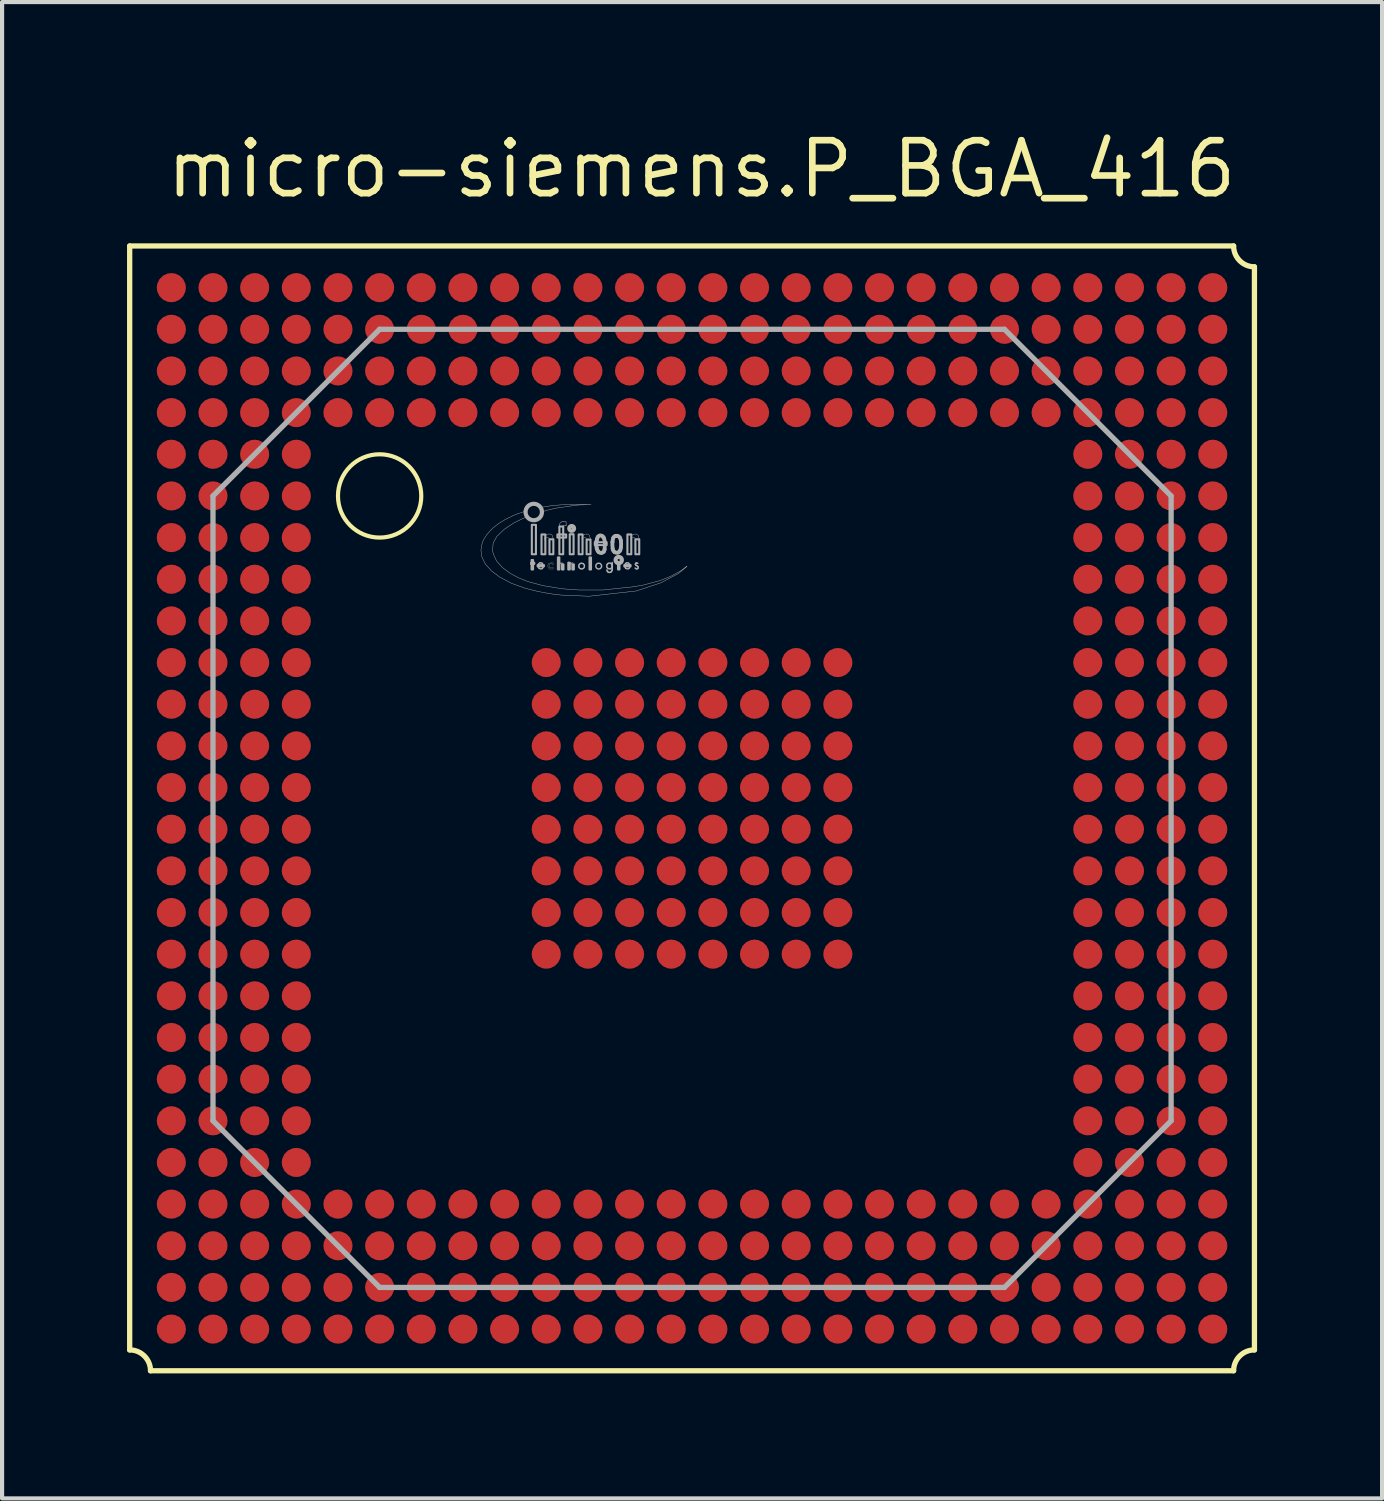
<source format=kicad_pcb>
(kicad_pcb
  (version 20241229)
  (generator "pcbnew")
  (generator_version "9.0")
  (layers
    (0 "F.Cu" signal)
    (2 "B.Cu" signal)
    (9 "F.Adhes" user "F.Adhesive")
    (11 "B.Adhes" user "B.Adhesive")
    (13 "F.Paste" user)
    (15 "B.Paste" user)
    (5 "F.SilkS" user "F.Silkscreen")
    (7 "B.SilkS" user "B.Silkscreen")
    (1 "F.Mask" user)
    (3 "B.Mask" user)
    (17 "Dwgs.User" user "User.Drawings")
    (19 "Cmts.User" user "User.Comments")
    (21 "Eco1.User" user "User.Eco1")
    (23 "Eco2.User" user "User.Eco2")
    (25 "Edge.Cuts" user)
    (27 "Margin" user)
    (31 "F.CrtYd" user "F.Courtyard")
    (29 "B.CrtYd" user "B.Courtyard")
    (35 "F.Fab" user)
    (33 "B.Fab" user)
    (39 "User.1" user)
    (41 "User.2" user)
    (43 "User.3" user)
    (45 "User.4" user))
  (footprint "micro-siemens.P_BGA_416"
    (layer "F.Cu")
    (at 13.563 16.355)
    (property "Reference" "micro-siemens.P_BGA_416" (at -12.7 -14.605 0) (layer "F.SilkS") (effects (font (size 1.27 1.27) (thickness 0.16)) (justify left bottom)))
    (attr smd)
    (fp_line (start -13.5 -13.5) (end -13.5 13) (stroke (width 0.127) (type default)) (layer "F.SilkS"))
    (fp_line (start -13 13.5) (end 13 13.5) (stroke (width 0.127) (type default)) (layer "F.SilkS"))
    (fp_line (start 13 -13.5) (end -13.5 -13.5) (stroke (width 0.127) (type default)) (layer "F.SilkS"))
    (fp_line (start 13.5 13) (end 13.5 -13) (stroke (width 0.127) (type default)) (layer "F.SilkS"))
    (fp_arc (start -13.5 13) (mid -13.146447 13.146447) (end -13 13.5) (stroke (width 0.127) (type default)) (layer "F.SilkS"))
    (fp_arc (start 13 13.5) (mid 13.146447 13.146447) (end 13.5 13) (stroke (width 0.127) (type default)) (layer "F.SilkS"))
    (fp_arc (start 13.5 -13) (mid 13.146447 -13.146447) (end 13 -13.5) (stroke (width 0.127) (type default)) (layer "F.SilkS"))
    (fp_circle (center -7.5 -7.5) (end -6.5 -7.5) (stroke (width 0.1) (type default)) (fill no) (layer "F.SilkS"))
    (fp_line (start -11.5 -7.5) (end -11.5 7.5) (stroke (width 0.127) (type default)) (layer "F.Fab"))
    (fp_line (start -11.5 7.5) (end -7.5 11.5) (stroke (width 0.127) (type default)) (layer "F.Fab"))
    (fp_line (start -7.5 -11.5) (end -11.5 -7.5) (stroke (width 0.127) (type default)) (layer "F.Fab"))
    (fp_line (start -7.5 11.5) (end 7.5 11.5) (stroke (width 0.127) (type default)) (layer "F.Fab"))
    (fp_line (start -3.574 -5.833) (end -3.574 -5.839) (stroke (width 0.035) (type default)) (layer "F.Fab"))
    (fp_line (start -2.096 -6.372) (end -2.096 -6.395) (stroke (width 0.093) (type default)) (layer "F.Fab"))
    (fp_line (start -1.494 -5.833) (end -1.494 -5.839) (stroke (width 0.035) (type default)) (layer "F.Fab"))
    (fp_line (start 7.5 -11.5) (end -7.5 -11.5) (stroke (width 0.127) (type default)) (layer "F.Fab"))
    (fp_line (start 7.5 11.5) (end 11.5 7.5) (stroke (width 0.127) (type default)) (layer "F.Fab"))
    (fp_line (start 11.5 -7.5) (end 7.5 -11.5) (stroke (width 0.127) (type default)) (layer "F.Fab"))
    (fp_line (start 11.5 7.5) (end 11.5 -7.5) (stroke (width 0.127) (type default)) (layer "F.Fab"))
    (fp_rect (start -3.863 -5.868) (end -3.788 -5.897) (stroke (width 0.05) (type default)) (fill no) (layer "F.Fab"))
    (fp_rect (start -3.852 -5.735) (end -3.817 -5.961) (stroke (width 0.05) (type default)) (fill no) (layer "F.Fab"))
    (fp_rect (start -3.846 -6.1) (end -3.748 -6.806) (stroke (width 0.05) (type default)) (fill no) (layer "F.Fab"))
    (fp_rect (start -3.707 -5.81) (end -3.556 -5.839) (stroke (width 0.05) (type default)) (fill no) (layer "F.Fab"))
    (fp_rect (start -3.614 -6.1) (end -3.522 -6.575) (stroke (width 0.05) (type default)) (fill no) (layer "F.Fab"))
    (fp_rect (start -3.423 -6.1) (end -3.33 -6.459) (stroke (width 0.05) (type default)) (fill no) (layer "F.Fab"))
    (fp_rect (start -3.232 -6.5) (end -3.023 -6.575) (stroke (width 0.05) (type default)) (fill no) (layer "F.Fab"))
    (fp_rect (start -3.22 -5.735) (end -3.186 -6.024) (stroke (width 0.05) (type default)) (fill no) (layer "F.Fab"))
    (fp_rect (start -3.185 -6.1) (end -3.093 -6.766) (stroke (width 0.05) (type default)) (fill no) (layer "F.Fab"))
    (fp_rect (start -3.122 -5.735) (end -3.087 -5.856) (stroke (width 0.05) (type default)) (fill no) (layer "F.Fab"))
    (fp_rect (start -2.971 -5.735) (end -2.936 -5.897) (stroke (width 0.05) (type default)) (fill no) (layer "F.Fab"))
    (fp_rect (start -2.936 -6.1) (end -2.844 -6.58) (stroke (width 0.05) (type default)) (fill no) (layer "F.Fab"))
    (fp_rect (start -2.873 -5.735) (end -2.838 -5.856) (stroke (width 0.05) (type default)) (fill no) (layer "F.Fab"))
    (fp_rect (start -2.722 -6.1) (end -2.629 -6.575) (stroke (width 0.05) (type default)) (fill no) (layer "F.Fab"))
    (fp_rect (start -2.531 -6.1) (end -2.438 -6.453) (stroke (width 0.05) (type default)) (fill no) (layer "F.Fab"))
    (fp_rect (start -2.461 -5.735) (end -2.426 -6.024) (stroke (width 0.05) (type default)) (fill no) (layer "F.Fab"))
    (fp_rect (start -2.334 -6.32) (end -2.05 -6.389) (stroke (width 0.05) (type default)) (fill no) (layer "F.Fab"))
    (fp_rect (start -1.777 -5.735) (end -1.743 -5.903) (stroke (width 0.05) (type default)) (fill no) (layer "F.Fab"))
    (fp_rect (start -1.627 -5.81) (end -1.476 -5.839) (stroke (width 0.05) (type default)) (fill no) (layer "F.Fab"))
    (fp_rect (start -1.552 -6.1) (end -1.459 -6.575) (stroke (width 0.05) (type default)) (fill no) (layer "F.Fab"))
    (fp_rect (start -1.36 -6.1) (end -1.268 -6.459) (stroke (width 0.05) (type default)) (fill no) (layer "F.Fab"))
    (fp_arc (start -3.6952 -5.839) (mid -3.681871 -5.87047) (end -3.6547 -5.8912) (stroke (width 0.0346) (type default)) (layer "F.Fab"))
    (fp_arc (start -3.6952 -5.81) (mid -3.69523 -5.8245) (end -3.6952 -5.839) (stroke (width 0.0346) (type default)) (layer "F.Fab"))
    (fp_arc (start -3.6721 -5.7637) (mid -3.688351 -5.784505) (end -3.6952 -5.81) (stroke (width 0.0346) (type default)) (layer "F.Fab"))
    (fp_arc (start -3.6547 -5.8912) (mid -3.627882 -5.894759) (end -3.6025 -5.8854) (stroke (width 0.0346) (type default)) (layer "F.Fab"))
    (fp_arc (start -3.6025 -5.8854) (mid -3.58324 -5.865196) (end -3.5736 -5.839) (stroke (width 0.0346) (type default)) (layer "F.Fab"))
    (fp_arc (start -3.5967 -5.7579) (mid -3.635304 -5.749049) (end -3.6721 -5.7637) (stroke (width 0.0346) (type default)) (layer "F.Fab"))
    (fp_arc (start -3.5736 -5.7869) (mid -3.583677 -5.771227) (end -3.5967 -5.7579) (stroke (width 0.0346) (type default)) (layer "F.Fab"))
    (fp_arc (start -2.2931 -6.4126) (mid -2.288092 -6.438876) (end -2.2815 -6.4648) (stroke (width 0.0926) (type default)) (layer "F.Fab"))
    (fp_arc (start -2.2873 -6.2388) (mid -2.298541 -6.325422) (end -2.2931 -6.4126) (stroke (width 0.0926) (type default)) (layer "F.Fab"))
    (fp_arc (start -2.2815 -6.4648) (mid -2.273736 -6.488302) (end -2.2641 -6.5111) (stroke (width 0.0926) (type default)) (layer "F.Fab"))
    (fp_arc (start -2.2641 -6.5111) (mid -2.214815 -6.550061) (end -2.154 -6.5343) (stroke (width 0.0926) (type default)) (layer "F.Fab"))
    (fp_arc (start -2.2641 -6.1809) (mid -2.277972 -6.20894) (end -2.2873 -6.2388) (stroke (width 0.0926) (type default)) (layer "F.Fab"))
    (fp_arc (start -2.2409 -6.1519) (mid -2.253504 -6.165597) (end -2.2641 -6.1809) (stroke (width 0.0926) (type default)) (layer "F.Fab"))
    (fp_arc (start -2.1714 -6.1345) (mid -2.208145 -6.135233) (end -2.2409 -6.1519) (stroke (width 0.0926) (type default)) (layer "F.Fab"))
    (fp_arc (start -2.154 -6.5343) (mid -2.142046 -6.523103) (end -2.1309 -6.5111) (stroke (width 0.0926) (type default)) (layer "F.Fab"))
    (fp_arc (start -2.1309 -6.5111) (mid -2.124558 -6.502761) (end -2.1193 -6.4937) (stroke (width 0.0926) (type default)) (layer "F.Fab"))
    (fp_arc (start -2.1207 -6.1605) (mid -2.143495 -6.142518) (end -2.1714 -6.1345) (stroke (width 0.0926) (type default)) (layer "F.Fab"))
    (fp_arc (start -2.1193 -6.4937) (mid -2.101984 -6.445796) (end -2.0961 -6.3952) (stroke (width 0.0926) (type default)) (layer "F.Fab"))
    (fp_arc (start -2.0989 -6.2181) (mid -2.105688 -6.187744) (end -2.1207 -6.1605) (stroke (width 0.0926) (type default)) (layer "F.Fab"))
    (fp_arc (start -2.0961 -6.2736) (mid -2.096514 -6.2458) (end -2.0989 -6.2181) (stroke (width 0.0926) (type default)) (layer "F.Fab"))
    (fp_arc (start -2.0381 -5.8564) (mid -2.028039 -5.869482) (end -2.015 -5.8796) (stroke (width 0.0346) (type default)) (layer "F.Fab"))
    (fp_arc (start -2.0381 -5.7811) (mid -2.048284 -5.81875) (end -2.0381 -5.8564) (stroke (width 0.0346) (type default)) (layer "F.Fab"))
    (fp_arc (start -2.0376 -5.6977) (mid -2.042178 -5.711162) (end -2.0437 -5.7253) (stroke (width 0.0346) (type default)) (layer "F.Fab"))
    (fp_arc (start -2.0208 -5.6768) (mid -2.030526 -5.686184) (end -2.0376 -5.6977) (stroke (width 0.0346) (type default)) (layer "F.Fab"))
    (fp_arc (start -2.015 -5.8796) (mid -1.9831 -5.88825) (end -1.9512 -5.8796) (stroke (width 0.0346) (type default)) (layer "F.Fab"))
    (fp_arc (start -2.015 -5.7579) (mid -2.028055 -5.768001) (end -2.0381 -5.7811) (stroke (width 0.0346) (type default)) (layer "F.Fab"))
    (fp_arc (start -1.99 -5.6634) (mid -2.006256 -5.668133) (end -2.0208 -5.6768) (stroke (width 0.0346) (type default)) (layer "F.Fab"))
    (fp_arc (start -1.9628 -5.7521) (mid -1.989518 -5.749442) (end -2.015 -5.7579) (stroke (width 0.0346) (type default)) (layer "F.Fab"))
    (fp_arc (start -1.9512 -5.8796) (mid -1.942373 -5.874065) (end -1.9339 -5.868) (stroke (width 0.0346) (type default)) (layer "F.Fab"))
    (fp_arc (start -1.9512 -5.671) (mid -1.969895 -5.663602) (end -1.99 -5.6634) (stroke (width 0.0346) (type default)) (layer "F.Fab"))
    (fp_arc (start -1.9339 -5.868) (mid -1.921175 -5.852612) (end -1.9165 -5.8332) (stroke (width 0.0346) (type default)) (layer "F.Fab"))
    (fp_arc (start -1.9281 -5.7811) (mid -1.942586 -5.763173) (end -1.9628 -5.7521) (stroke (width 0.0346) (type default)) (layer "F.Fab"))
    (fp_arc (start -1.9223 -5.7058) (mid -1.933466 -5.685673) (end -1.9512 -5.671) (stroke (width 0.0346) (type default)) (layer "F.Fab"))
    (fp_arc (start -1.9165 -5.9027) (mid -1.916184 -5.85925) (end -1.9165 -5.8158) (stroke (width 0.0346) (type default)) (layer "F.Fab"))
    (fp_arc (start -1.9165 -5.8332) (mid -1.916296 -5.78685) (end -1.9165 -5.7405) (stroke (width 0.0346) (type default)) (layer "F.Fab"))
    (fp_arc (start -1.9165 -5.8158) (mid -1.920886 -5.797977) (end -1.9281 -5.7811) (stroke (width 0.0346) (type default)) (layer "F.Fab"))
    (fp_arc (start -1.9165 -5.7405) (mid -1.918055 -5.722925) (end -1.9223 -5.7058) (stroke (width 0.0346) (type default)) (layer "F.Fab"))
    (fp_arc (start -1.9107 -6.3952) (mid -1.9043 -6.441982) (end -1.8933 -6.4879) (stroke (width 0.0926) (type default)) (layer "F.Fab"))
    (fp_arc (start -1.9049 -6.233) (mid -1.912778 -6.313922) (end -1.9107 -6.3952) (stroke (width 0.0926) (type default)) (layer "F.Fab"))
    (fp_arc (start -1.8933 -6.4879) (mid -1.871757 -6.522215) (end -1.8354 -6.5401) (stroke (width 0.0926) (type default)) (layer "F.Fab"))
    (fp_arc (start -1.8585 -6.1519) (mid -1.890155 -6.18434) (end -1.9049 -6.2272) (stroke (width 0.0926) (type default)) (layer "F.Fab"))
    (fp_arc (start -1.8354 -6.5401) (mid -1.8122 -6.542226) (end -1.789 -6.5401) (stroke (width 0.0926) (type default)) (layer "F.Fab"))
    (fp_arc (start -1.789 -6.5401) (mid -1.759358 -6.528078) (end -1.7369 -6.5053) (stroke (width 0.0926) (type default)) (layer "F.Fab"))
    (fp_arc (start -1.7832 -6.1403) (mid -1.822104 -6.13796) (end -1.8585 -6.1519) (stroke (width 0.0926) (type default)) (layer "F.Fab"))
    (fp_arc (start -1.7369 -6.5053) (mid -1.717698 -6.466431) (end -1.7079 -6.4242) (stroke (width 0.0926) (type default)) (layer "F.Fab"))
    (fp_arc (start -1.7253 -6.1924) (mid -1.748134 -6.159553) (end -1.7832 -6.1403) (stroke (width 0.0926) (type default)) (layer "F.Fab"))
    (fp_arc (start -1.7079 -6.4242) (mid -1.703344 -6.3431) (end -1.7079 -6.262) (stroke (width 0.0926) (type default)) (layer "F.Fab"))
    (fp_arc (start -1.7079 -6.262) (mid -1.71429 -6.226623) (end -1.7253 -6.1924) (stroke (width 0.0926) (type default)) (layer "F.Fab"))
    (fp_arc (start -1.6152 -5.839) (mid -1.601871 -5.87047) (end -1.5747 -5.8912) (stroke (width 0.0346) (type default)) (layer "F.Fab"))
    (fp_arc (start -1.6152 -5.81) (mid -1.61523 -5.8245) (end -1.6152 -5.839) (stroke (width 0.0346) (type default)) (layer "F.Fab"))
    (fp_arc (start -1.5921 -5.7637) (mid -1.608351 -5.784505) (end -1.6152 -5.81) (stroke (width 0.0346) (type default)) (layer "F.Fab"))
    (fp_arc (start -1.5747 -5.8912) (mid -1.547882 -5.894759) (end -1.5225 -5.8854) (stroke (width 0.0346) (type default)) (layer "F.Fab"))
    (fp_arc (start -1.5225 -5.8854) (mid -1.50324 -5.865196) (end -1.4936 -5.839) (stroke (width 0.0346) (type default)) (layer "F.Fab"))
    (fp_arc (start -1.5167 -5.7579) (mid -1.555304 -5.749049) (end -1.5921 -5.7637) (stroke (width 0.0346) (type default)) (layer "F.Fab"))
    (fp_arc (start -1.4936 -5.7869) (mid -1.503677 -5.771227) (end -1.5167 -5.7579) (stroke (width 0.0346) (type default)) (layer "F.Fab"))
    (fp_arc (start -1.3603 -5.8622) (mid -1.356886 -5.874993) (end -1.3487 -5.8854) (stroke (width 0.0346) (type default)) (layer "F.Fab"))
    (fp_arc (start -1.3487 -5.8854) (mid -1.337774 -5.890997) (end -1.3255 -5.8912) (stroke (width 0.0346) (type default)) (layer "F.Fab"))
    (fp_arc (start -1.3487 -5.839) (mid -1.357581 -5.84906) (end -1.3603 -5.8622) (stroke (width 0.0346) (type default)) (layer "F.Fab"))
    (fp_arc (start -1.3429 -5.7521) (mid -1.355066 -5.759982) (end -1.366 -5.7695) (stroke (width 0.0346) (type default)) (layer "F.Fab"))
    (fp_arc (start -1.3255 -5.8912) (mid -1.313164 -5.886871) (end -1.3023 -5.8796) (stroke (width 0.0346) (type default)) (layer "F.Fab"))
    (fp_arc (start -1.3197 -5.8216) (mid -1.334412 -5.829947) (end -1.3487 -5.839) (stroke (width 0.0346) (type default)) (layer "F.Fab"))
    (fp_arc (start -1.3197 -5.8216) (mid -1.306412 -5.811745) (end -1.2965 -5.7985) (stroke (width 0.0346) (type default)) (layer "F.Fab"))
    (fp_arc (start -1.3023 -5.7579) (mid -1.32162 -5.748139) (end -1.3429 -5.7521) (stroke (width 0.0346) (type default)) (layer "F.Fab"))
    (fp_arc (start -1.2965 -5.7985) (mid -1.29268 -5.77724) (end -1.3023 -5.7579) (stroke (width 0.0346) (type default)) (layer "F.Fab"))
    (fp_circle (center -3.8 -7.114) (end -3.603 -7.114) (stroke (width 0.1) (type default)) (fill no) (layer "F.Fab"))
    (fp_circle (center -2.89 -6.72) (end -2.832 -6.72) (stroke (width 0.1) (type default)) (fill no) (layer "F.Fab"))
    (fp_circle (center -2.652 -5.816) (end -2.583 -5.816) (stroke (width 0.035) (type default)) (fill no) (layer "F.Fab"))
    (fp_circle (center -2.647 -5.816) (end -2.577 -5.816) (stroke (width 0.012) (type default)) (fill no) (layer "F.Fab"))
    (fp_circle (center -2.241 -5.816) (end -2.171 -5.816) (stroke (width 0.035) (type default)) (fill no) (layer "F.Fab"))
    (fp_circle (center -1.76 -5.961) (end -1.734 -5.961) (stroke (width 0.1) (type default)) (fill no) (layer "F.Fab"))
    (fp_poly (pts (xy -3.093 -5.839) (xy -3.093 -5.856) (xy -3.116 -5.897) (xy -3.18 -5.885) (xy -3.191 -5.862) (xy -3.191 -5.839) (xy -3.185 -5.856) (xy -3.145 -5.88) (xy -3.116 -5.845)) (stroke (width 0.012) (type default)) (fill no) (layer "F.Fab"))
    (fp_poly (pts (xy -2.844 -5.839) (xy -2.844 -5.856) (xy -2.867 -5.897) (xy -2.93 -5.885) (xy -2.942 -5.862) (xy -2.942 -5.839) (xy -2.936 -5.856) (xy -2.896 -5.88) (xy -2.867 -5.845)) (stroke (width 0.012) (type default)) (fill no) (layer "F.Fab"))
    (fp_poly (pts (xy -3.579 -7.125) (xy -3.492 -7.154) (xy -3.272 -7.206) (xy -2.878 -7.264) (xy -2.728 -7.282) (xy -2.426 -7.293) (xy -2.623 -7.293) (xy -3.122 -7.287) (xy -3.348 -7.27) (xy -3.608 -7.23)) (stroke (width 0.01) (type default)) (fill no) (layer "F.Fab"))
    (fp_poly (pts (xy -3.099 -6.76) (xy -3.099 -6.766) (xy -3.075 -6.795) (xy -3.052 -6.795) (xy -3.023 -6.783) (xy -3.023 -6.876) (xy -3.041 -6.882) (xy -3.127 -6.882) (xy -3.174 -6.841) (xy -3.18 -6.801) (xy -3.18 -6.76)) (stroke (width 0.012) (type default)) (fill no) (layer "F.Fab"))
    (fp_poly (pts (xy -3.336 -6.453) (xy -3.336 -6.482) (xy -3.359 -6.558) (xy -3.406 -6.586) (xy -3.475 -6.581) (xy -3.521 -6.54) (xy -3.539 -6.459) (xy -3.527 -6.459) (xy -3.504 -6.5) (xy -3.452 -6.5) (xy -3.429 -6.476) (xy -3.417 -6.447)) (stroke (width 0.01) (type default)) (fill no) (layer "F.Fab"))
    (fp_poly (pts (xy -2.444 -6.453) (xy -2.444 -6.482) (xy -2.467 -6.558) (xy -2.513 -6.586) (xy -2.583 -6.581) (xy -2.629 -6.54) (xy -2.647 -6.459) (xy -2.635 -6.459) (xy -2.612 -6.5) (xy -2.56 -6.5) (xy -2.536 -6.476) (xy -2.525 -6.447)) (stroke (width 0.01) (type default)) (fill no) (layer "F.Fab"))
    (fp_poly (pts (xy -1.273 -6.453) (xy -1.273 -6.482) (xy -1.296 -6.558) (xy -1.343 -6.586) (xy -1.412 -6.581) (xy -1.459 -6.54) (xy -1.476 -6.459) (xy -1.464 -6.459) (xy -1.441 -6.5) (xy -1.389 -6.5) (xy -1.366 -6.476) (xy -1.355 -6.447)) (stroke (width 0.01) (type default)) (fill no) (layer "F.Fab"))
    (fp_poly (pts (xy -3.336 -5.851) (xy -3.336 -5.891) (xy -3.348 -5.897) (xy -3.44 -5.885) (xy -3.469 -5.822) (xy -3.429 -5.746) (xy -3.336 -5.746) (xy -3.336 -5.787) (xy -3.342 -5.781) (xy -3.411 -5.775) (xy -3.434 -5.81) (xy -3.434 -5.839) (xy -3.411 -5.868) (xy -3.371 -5.874)) (stroke (width 0.006) (type default)) (fill no) (layer "F.Fab"))
    (fp_poly (pts (xy -3.991 -6.986) (xy -4.031 -7.125) (xy -4.199 -7.067) (xy -4.298 -7.027) (xy -4.495 -6.928) (xy -4.645 -6.836) (xy -4.773 -6.737) (xy -4.842 -6.668) (xy -4.929 -6.569) (xy -5.011 -6.442) (xy -5.039 -6.366) (xy -5.068 -6.198) (xy -5.045 -6.036) (xy -4.964 -5.868) (xy -4.814 -5.7) (xy -4.622 -5.555) (xy -4.338 -5.404) (xy -4.002 -5.283) (xy -3.701 -5.207) (xy -3.429 -5.155) (xy -3.151 -5.121) (xy -2.473 -5.092) (xy -1.337 -5.219) (xy -0.746 -5.416) (xy -0.329 -5.636) (xy -0.12 -5.81) (xy -0.126 -5.816) (xy -0.265 -5.706) (xy -0.52 -5.567) (xy -0.769 -5.468) (xy -1.181 -5.358) (xy -1.424 -5.318) (xy -2.142 -5.242) (xy -2.716 -5.242) (xy -3.116 -5.271) (xy -3.574 -5.346) (xy -3.944 -5.445) (xy -4.159 -5.532) (xy -4.356 -5.636) (xy -4.547 -5.775) (xy -4.692 -5.938) (xy -4.773 -6.111) (xy -4.79 -6.204) (xy -4.773 -6.372) (xy -4.686 -6.529) (xy -4.506 -6.702) (xy -4.286 -6.847) (xy -4.078 -6.952)) (stroke (width 0.01) (type default)) (fill no) (layer "F.Fab"))
    (pad "A1" smd roundrect (at -12.5 -12.5 180) (size 0.7 0.7) (layers "F.Cu" "F.Mask" "F.Paste") (roundrect_rratio 0.5))
    (pad "A2" smd roundrect (at -11.5 -12.5 180) (size 0.7 0.7) (layers "F.Cu" "F.Mask" "F.Paste") (roundrect_rratio 0.5))
    (pad "A3" smd roundrect (at -10.5 -12.5 180) (size 0.7 0.7) (layers "F.Cu" "F.Mask" "F.Paste") (roundrect_rratio 0.5))
    (pad "A4" smd roundrect (at -9.5 -12.5 180) (size 0.7 0.7) (layers "F.Cu" "F.Mask" "F.Paste") (roundrect_rratio 0.5))
    (pad "A5" smd roundrect (at -8.5 -12.5 180) (size 0.7 0.7) (layers "F.Cu" "F.Mask" "F.Paste") (roundrect_rratio 0.5))
    (pad "A6" smd roundrect (at -7.5 -12.5 180) (size 0.7 0.7) (layers "F.Cu" "F.Mask" "F.Paste") (roundrect_rratio 0.5))
    (pad "A7" smd roundrect (at -6.5 -12.5 180) (size 0.7 0.7) (layers "F.Cu" "F.Mask" "F.Paste") (roundrect_rratio 0.5))
    (pad "A8" smd roundrect (at -5.5 -12.5 180) (size 0.7 0.7) (layers "F.Cu" "F.Mask" "F.Paste") (roundrect_rratio 0.5))
    (pad "A9" smd roundrect (at -4.5 -12.5 180) (size 0.7 0.7) (layers "F.Cu" "F.Mask" "F.Paste") (roundrect_rratio 0.5))
    (pad "A10" smd roundrect (at -3.5 -12.5 180) (size 0.7 0.7) (layers "F.Cu" "F.Mask" "F.Paste") (roundrect_rratio 0.5))
    (pad "A11" smd roundrect (at -2.5 -12.5 180) (size 0.7 0.7) (layers "F.Cu" "F.Mask" "F.Paste") (roundrect_rratio 0.5))
    (pad "A12" smd roundrect (at -1.5 -12.5 180) (size 0.7 0.7) (layers "F.Cu" "F.Mask" "F.Paste") (roundrect_rratio 0.5))
    (pad "A13" smd roundrect (at -0.5 -12.5 180) (size 0.7 0.7) (layers "F.Cu" "F.Mask" "F.Paste") (roundrect_rratio 0.5))
    (pad "A14" smd roundrect (at 0.5 -12.5 180) (size 0.7 0.7) (layers "F.Cu" "F.Mask" "F.Paste") (roundrect_rratio 0.5))
    (pad "A15" smd roundrect (at 1.5 -12.5 180) (size 0.7 0.7) (layers "F.Cu" "F.Mask" "F.Paste") (roundrect_rratio 0.5))
    (pad "A16" smd roundrect (at 2.5 -12.5 180) (size 0.7 0.7) (layers "F.Cu" "F.Mask" "F.Paste") (roundrect_rratio 0.5))
    (pad "A17" smd roundrect (at 3.5 -12.5 180) (size 0.7 0.7) (layers "F.Cu" "F.Mask" "F.Paste") (roundrect_rratio 0.5))
    (pad "A18" smd roundrect (at 4.5 -12.5 180) (size 0.7 0.7) (layers "F.Cu" "F.Mask" "F.Paste") (roundrect_rratio 0.5))
    (pad "A19" smd roundrect (at 5.5 -12.5 180) (size 0.7 0.7) (layers "F.Cu" "F.Mask" "F.Paste") (roundrect_rratio 0.5))
    (pad "A20" smd roundrect (at 6.5 -12.5 180) (size 0.7 0.7) (layers "F.Cu" "F.Mask" "F.Paste") (roundrect_rratio 0.5))
    (pad "A21" smd roundrect (at 7.5 -12.5 180) (size 0.7 0.7) (layers "F.Cu" "F.Mask" "F.Paste") (roundrect_rratio 0.5))
    (pad "A22" smd roundrect (at 8.5 -12.5 180) (size 0.7 0.7) (layers "F.Cu" "F.Mask" "F.Paste") (roundrect_rratio 0.5))
    (pad "A23" smd roundrect (at 9.5 -12.5 180) (size 0.7 0.7) (layers "F.Cu" "F.Mask" "F.Paste") (roundrect_rratio 0.5))
    (pad "A24" smd roundrect (at 10.5 -12.5 180) (size 0.7 0.7) (layers "F.Cu" "F.Mask" "F.Paste") (roundrect_rratio 0.5))
    (pad "A25" smd roundrect (at 11.5 -12.5 180) (size 0.7 0.7) (layers "F.Cu" "F.Mask" "F.Paste") (roundrect_rratio 0.5))
    (pad "A26" smd roundrect (at 12.5 -12.5 180) (size 0.7 0.7) (layers "F.Cu" "F.Mask" "F.Paste") (roundrect_rratio 0.5))
    (pad "AA1" smd roundrect (at -12.5 7.5 180) (size 0.7 0.7) (layers "F.Cu" "F.Mask" "F.Paste") (roundrect_rratio 0.5))
    (pad "AA2" smd roundrect (at -11.5 7.5 180) (size 0.7 0.7) (layers "F.Cu" "F.Mask" "F.Paste") (roundrect_rratio 0.5))
    (pad "AA3" smd roundrect (at -10.5 7.5 180) (size 0.7 0.7) (layers "F.Cu" "F.Mask" "F.Paste") (roundrect_rratio 0.5))
    (pad "AA4" smd roundrect (at -9.5 7.5 180) (size 0.7 0.7) (layers "F.Cu" "F.Mask" "F.Paste") (roundrect_rratio 0.5))
    (pad "AA23" smd roundrect (at 9.5 7.5 180) (size 0.7 0.7) (layers "F.Cu" "F.Mask" "F.Paste") (roundrect_rratio 0.5))
    (pad "AA24" smd roundrect (at 10.5 7.5 180) (size 0.7 0.7) (layers "F.Cu" "F.Mask" "F.Paste") (roundrect_rratio 0.5))
    (pad "AA25" smd roundrect (at 11.5 7.5 180) (size 0.7 0.7) (layers "F.Cu" "F.Mask" "F.Paste") (roundrect_rratio 0.5))
    (pad "AA26" smd roundrect (at 12.5 7.5 180) (size 0.7 0.7) (layers "F.Cu" "F.Mask" "F.Paste") (roundrect_rratio 0.5))
    (pad "AB1" smd roundrect (at -12.5 8.5 180) (size 0.7 0.7) (layers "F.Cu" "F.Mask" "F.Paste") (roundrect_rratio 0.5))
    (pad "AB2" smd roundrect (at -11.5 8.5 180) (size 0.7 0.7) (layers "F.Cu" "F.Mask" "F.Paste") (roundrect_rratio 0.5))
    (pad "AB3" smd roundrect (at -10.5 8.5 180) (size 0.7 0.7) (layers "F.Cu" "F.Mask" "F.Paste") (roundrect_rratio 0.5))
    (pad "AB4" smd roundrect (at -9.5 8.5 180) (size 0.7 0.7) (layers "F.Cu" "F.Mask" "F.Paste") (roundrect_rratio 0.5))
    (pad "AB23" smd roundrect (at 9.5 8.5 180) (size 0.7 0.7) (layers "F.Cu" "F.Mask" "F.Paste") (roundrect_rratio 0.5))
    (pad "AB24" smd roundrect (at 10.5 8.5 180) (size 0.7 0.7) (layers "F.Cu" "F.Mask" "F.Paste") (roundrect_rratio 0.5))
    (pad "AB25" smd roundrect (at 11.5 8.5 180) (size 0.7 0.7) (layers "F.Cu" "F.Mask" "F.Paste") (roundrect_rratio 0.5))
    (pad "AB26" smd roundrect (at 12.5 8.5 180) (size 0.7 0.7) (layers "F.Cu" "F.Mask" "F.Paste") (roundrect_rratio 0.5))
    (pad "AC1" smd roundrect (at -12.5 9.5 180) (size 0.7 0.7) (layers "F.Cu" "F.Mask" "F.Paste") (roundrect_rratio 0.5))
    (pad "AC2" smd roundrect (at -11.5 9.5 180) (size 0.7 0.7) (layers "F.Cu" "F.Mask" "F.Paste") (roundrect_rratio 0.5))
    (pad "AC3" smd roundrect (at -10.5 9.5 180) (size 0.7 0.7) (layers "F.Cu" "F.Mask" "F.Paste") (roundrect_rratio 0.5))
    (pad "AC4" smd roundrect (at -9.5 9.5 180) (size 0.7 0.7) (layers "F.Cu" "F.Mask" "F.Paste") (roundrect_rratio 0.5))
    (pad "AC5" smd roundrect (at -8.5 9.5 180) (size 0.7 0.7) (layers "F.Cu" "F.Mask" "F.Paste") (roundrect_rratio 0.5))
    (pad "AC6" smd roundrect (at -7.5 9.5 180) (size 0.7 0.7) (layers "F.Cu" "F.Mask" "F.Paste") (roundrect_rratio 0.5))
    (pad "AC7" smd roundrect (at -6.5 9.5 180) (size 0.7 0.7) (layers "F.Cu" "F.Mask" "F.Paste") (roundrect_rratio 0.5))
    (pad "AC8" smd roundrect (at -5.5 9.5 180) (size 0.7 0.7) (layers "F.Cu" "F.Mask" "F.Paste") (roundrect_rratio 0.5))
    (pad "AC9" smd roundrect (at -4.5 9.5 180) (size 0.7 0.7) (layers "F.Cu" "F.Mask" "F.Paste") (roundrect_rratio 0.5))
    (pad "AC10" smd roundrect (at -3.5 9.5 180) (size 0.7 0.7) (layers "F.Cu" "F.Mask" "F.Paste") (roundrect_rratio 0.5))
    (pad "AC11" smd roundrect (at -2.5 9.5 180) (size 0.7 0.7) (layers "F.Cu" "F.Mask" "F.Paste") (roundrect_rratio 0.5))
    (pad "AC12" smd roundrect (at -1.5 9.5 180) (size 0.7 0.7) (layers "F.Cu" "F.Mask" "F.Paste") (roundrect_rratio 0.5))
    (pad "AC13" smd roundrect (at -0.5 9.5 180) (size 0.7 0.7) (layers "F.Cu" "F.Mask" "F.Paste") (roundrect_rratio 0.5))
    (pad "AC14" smd roundrect (at 0.5 9.5 180) (size 0.7 0.7) (layers "F.Cu" "F.Mask" "F.Paste") (roundrect_rratio 0.5))
    (pad "AC15" smd roundrect (at 1.5 9.5 180) (size 0.7 0.7) (layers "F.Cu" "F.Mask" "F.Paste") (roundrect_rratio 0.5))
    (pad "AC16" smd roundrect (at 2.5 9.5 180) (size 0.7 0.7) (layers "F.Cu" "F.Mask" "F.Paste") (roundrect_rratio 0.5))
    (pad "AC17" smd roundrect (at 3.5 9.5 180) (size 0.7 0.7) (layers "F.Cu" "F.Mask" "F.Paste") (roundrect_rratio 0.5))
    (pad "AC18" smd roundrect (at 4.5 9.5 180) (size 0.7 0.7) (layers "F.Cu" "F.Mask" "F.Paste") (roundrect_rratio 0.5))
    (pad "AC19" smd roundrect (at 5.5 9.5 180) (size 0.7 0.7) (layers "F.Cu" "F.Mask" "F.Paste") (roundrect_rratio 0.5))
    (pad "AC20" smd roundrect (at 6.5 9.5 180) (size 0.7 0.7) (layers "F.Cu" "F.Mask" "F.Paste") (roundrect_rratio 0.5))
    (pad "AC21" smd roundrect (at 7.5 9.5 180) (size 0.7 0.7) (layers "F.Cu" "F.Mask" "F.Paste") (roundrect_rratio 0.5))
    (pad "AC22" smd roundrect (at 8.5 9.5 180) (size 0.7 0.7) (layers "F.Cu" "F.Mask" "F.Paste") (roundrect_rratio 0.5))
    (pad "AC23" smd roundrect (at 9.5 9.5 180) (size 0.7 0.7) (layers "F.Cu" "F.Mask" "F.Paste") (roundrect_rratio 0.5))
    (pad "AC24" smd roundrect (at 10.5 9.5 180) (size 0.7 0.7) (layers "F.Cu" "F.Mask" "F.Paste") (roundrect_rratio 0.5))
    (pad "AC25" smd roundrect (at 11.5 9.5 180) (size 0.7 0.7) (layers "F.Cu" "F.Mask" "F.Paste") (roundrect_rratio 0.5))
    (pad "AC26" smd roundrect (at 12.5 9.5 180) (size 0.7 0.7) (layers "F.Cu" "F.Mask" "F.Paste") (roundrect_rratio 0.5))
    (pad "AD1" smd roundrect (at -12.5 10.5 180) (size 0.7 0.7) (layers "F.Cu" "F.Mask" "F.Paste") (roundrect_rratio 0.5))
    (pad "AD2" smd roundrect (at -11.5 10.5 180) (size 0.7 0.7) (layers "F.Cu" "F.Mask" "F.Paste") (roundrect_rratio 0.5))
    (pad "AD3" smd roundrect (at -10.5 10.5 180) (size 0.7 0.7) (layers "F.Cu" "F.Mask" "F.Paste") (roundrect_rratio 0.5))
    (pad "AD4" smd roundrect (at -9.5 10.5 180) (size 0.7 0.7) (layers "F.Cu" "F.Mask" "F.Paste") (roundrect_rratio 0.5))
    (pad "AD5" smd roundrect (at -8.5 10.5 180) (size 0.7 0.7) (layers "F.Cu" "F.Mask" "F.Paste") (roundrect_rratio 0.5))
    (pad "AD6" smd roundrect (at -7.5 10.5 180) (size 0.7 0.7) (layers "F.Cu" "F.Mask" "F.Paste") (roundrect_rratio 0.5))
    (pad "AD7" smd roundrect (at -6.5 10.5 180) (size 0.7 0.7) (layers "F.Cu" "F.Mask" "F.Paste") (roundrect_rratio 0.5))
    (pad "AD8" smd roundrect (at -5.5 10.5 180) (size 0.7 0.7) (layers "F.Cu" "F.Mask" "F.Paste") (roundrect_rratio 0.5))
    (pad "AD9" smd roundrect (at -4.5 10.5 180) (size 0.7 0.7) (layers "F.Cu" "F.Mask" "F.Paste") (roundrect_rratio 0.5))
    (pad "AD10" smd roundrect (at -3.5 10.5 180) (size 0.7 0.7) (layers "F.Cu" "F.Mask" "F.Paste") (roundrect_rratio 0.5))
    (pad "AD11" smd roundrect (at -2.5 10.5 180) (size 0.7 0.7) (layers "F.Cu" "F.Mask" "F.Paste") (roundrect_rratio 0.5))
    (pad "AD12" smd roundrect (at -1.5 10.5 180) (size 0.7 0.7) (layers "F.Cu" "F.Mask" "F.Paste") (roundrect_rratio 0.5))
    (pad "AD13" smd roundrect (at -0.5 10.5 180) (size 0.7 0.7) (layers "F.Cu" "F.Mask" "F.Paste") (roundrect_rratio 0.5))
    (pad "AD14" smd roundrect (at 0.5 10.5 180) (size 0.7 0.7) (layers "F.Cu" "F.Mask" "F.Paste") (roundrect_rratio 0.5))
    (pad "AD15" smd roundrect (at 1.5 10.5 180) (size 0.7 0.7) (layers "F.Cu" "F.Mask" "F.Paste") (roundrect_rratio 0.5))
    (pad "AD16" smd roundrect (at 2.5 10.5 180) (size 0.7 0.7) (layers "F.Cu" "F.Mask" "F.Paste") (roundrect_rratio 0.5))
    (pad "AD17" smd roundrect (at 3.5 10.5 180) (size 0.7 0.7) (layers "F.Cu" "F.Mask" "F.Paste") (roundrect_rratio 0.5))
    (pad "AD18" smd roundrect (at 4.5 10.5 180) (size 0.7 0.7) (layers "F.Cu" "F.Mask" "F.Paste") (roundrect_rratio 0.5))
    (pad "AD19" smd roundrect (at 5.5 10.5 180) (size 0.7 0.7) (layers "F.Cu" "F.Mask" "F.Paste") (roundrect_rratio 0.5))
    (pad "AD20" smd roundrect (at 6.5 10.5 180) (size 0.7 0.7) (layers "F.Cu" "F.Mask" "F.Paste") (roundrect_rratio 0.5))
    (pad "AD21" smd roundrect (at 7.5 10.5 180) (size 0.7 0.7) (layers "F.Cu" "F.Mask" "F.Paste") (roundrect_rratio 0.5))
    (pad "AD22" smd roundrect (at 8.5 10.5 180) (size 0.7 0.7) (layers "F.Cu" "F.Mask" "F.Paste") (roundrect_rratio 0.5))
    (pad "AD23" smd roundrect (at 9.5 10.5 180) (size 0.7 0.7) (layers "F.Cu" "F.Mask" "F.Paste") (roundrect_rratio 0.5))
    (pad "AD24" smd roundrect (at 10.5 10.5 180) (size 0.7 0.7) (layers "F.Cu" "F.Mask" "F.Paste") (roundrect_rratio 0.5))
    (pad "AD25" smd roundrect (at 11.5 10.5 180) (size 0.7 0.7) (layers "F.Cu" "F.Mask" "F.Paste") (roundrect_rratio 0.5))
    (pad "AD26" smd roundrect (at 12.5 10.5 180) (size 0.7 0.7) (layers "F.Cu" "F.Mask" "F.Paste") (roundrect_rratio 0.5))
    (pad "AE1" smd roundrect (at -12.5 11.5 180) (size 0.7 0.7) (layers "F.Cu" "F.Mask" "F.Paste") (roundrect_rratio 0.5))
    (pad "AE2" smd roundrect (at -11.5 11.5 180) (size 0.7 0.7) (layers "F.Cu" "F.Mask" "F.Paste") (roundrect_rratio 0.5))
    (pad "AE3" smd roundrect (at -10.5 11.5 180) (size 0.7 0.7) (layers "F.Cu" "F.Mask" "F.Paste") (roundrect_rratio 0.5))
    (pad "AE4" smd roundrect (at -9.5 11.5 180) (size 0.7 0.7) (layers "F.Cu" "F.Mask" "F.Paste") (roundrect_rratio 0.5))
    (pad "AE5" smd roundrect (at -8.5 11.5 180) (size 0.7 0.7) (layers "F.Cu" "F.Mask" "F.Paste") (roundrect_rratio 0.5))
    (pad "AE6" smd roundrect (at -7.5 11.5 180) (size 0.7 0.7) (layers "F.Cu" "F.Mask" "F.Paste") (roundrect_rratio 0.5))
    (pad "AE7" smd roundrect (at -6.5 11.5 180) (size 0.7 0.7) (layers "F.Cu" "F.Mask" "F.Paste") (roundrect_rratio 0.5))
    (pad "AE8" smd roundrect (at -5.5 11.5 180) (size 0.7 0.7) (layers "F.Cu" "F.Mask" "F.Paste") (roundrect_rratio 0.5))
    (pad "AE9" smd roundrect (at -4.5 11.5 180) (size 0.7 0.7) (layers "F.Cu" "F.Mask" "F.Paste") (roundrect_rratio 0.5))
    (pad "AE10" smd roundrect (at -3.5 11.5 180) (size 0.7 0.7) (layers "F.Cu" "F.Mask" "F.Paste") (roundrect_rratio 0.5))
    (pad "AE11" smd roundrect (at -2.5 11.5 180) (size 0.7 0.7) (layers "F.Cu" "F.Mask" "F.Paste") (roundrect_rratio 0.5))
    (pad "AE12" smd roundrect (at -1.5 11.5 180) (size 0.7 0.7) (layers "F.Cu" "F.Mask" "F.Paste") (roundrect_rratio 0.5))
    (pad "AE13" smd roundrect (at -0.5 11.5 180) (size 0.7 0.7) (layers "F.Cu" "F.Mask" "F.Paste") (roundrect_rratio 0.5))
    (pad "AE14" smd roundrect (at 0.5 11.5 180) (size 0.7 0.7) (layers "F.Cu" "F.Mask" "F.Paste") (roundrect_rratio 0.5))
    (pad "AE15" smd roundrect (at 1.5 11.5 180) (size 0.7 0.7) (layers "F.Cu" "F.Mask" "F.Paste") (roundrect_rratio 0.5))
    (pad "AE16" smd roundrect (at 2.5 11.5 180) (size 0.7 0.7) (layers "F.Cu" "F.Mask" "F.Paste") (roundrect_rratio 0.5))
    (pad "AE17" smd roundrect (at 3.5 11.5 180) (size 0.7 0.7) (layers "F.Cu" "F.Mask" "F.Paste") (roundrect_rratio 0.5))
    (pad "AE18" smd roundrect (at 4.5 11.5 180) (size 0.7 0.7) (layers "F.Cu" "F.Mask" "F.Paste") (roundrect_rratio 0.5))
    (pad "AE19" smd roundrect (at 5.5 11.5 180) (size 0.7 0.7) (layers "F.Cu" "F.Mask" "F.Paste") (roundrect_rratio 0.5))
    (pad "AE20" smd roundrect (at 6.5 11.5 180) (size 0.7 0.7) (layers "F.Cu" "F.Mask" "F.Paste") (roundrect_rratio 0.5))
    (pad "AE21" smd roundrect (at 7.5 11.5 180) (size 0.7 0.7) (layers "F.Cu" "F.Mask" "F.Paste") (roundrect_rratio 0.5))
    (pad "AE22" smd roundrect (at 8.5 11.5 180) (size 0.7 0.7) (layers "F.Cu" "F.Mask" "F.Paste") (roundrect_rratio 0.5))
    (pad "AE23" smd roundrect (at 9.5 11.5 180) (size 0.7 0.7) (layers "F.Cu" "F.Mask" "F.Paste") (roundrect_rratio 0.5))
    (pad "AE24" smd roundrect (at 10.5 11.5 180) (size 0.7 0.7) (layers "F.Cu" "F.Mask" "F.Paste") (roundrect_rratio 0.5))
    (pad "AE25" smd roundrect (at 11.5 11.5 180) (size 0.7 0.7) (layers "F.Cu" "F.Mask" "F.Paste") (roundrect_rratio 0.5))
    (pad "AE26" smd roundrect (at 12.5 11.5 180) (size 0.7 0.7) (layers "F.Cu" "F.Mask" "F.Paste") (roundrect_rratio 0.5))
    (pad "AF1" smd roundrect (at -12.5 12.5 180) (size 0.7 0.7) (layers "F.Cu" "F.Mask" "F.Paste") (roundrect_rratio 0.5))
    (pad "AF2" smd roundrect (at -11.5 12.5 180) (size 0.7 0.7) (layers "F.Cu" "F.Mask" "F.Paste") (roundrect_rratio 0.5))
    (pad "AF3" smd roundrect (at -10.5 12.5 180) (size 0.7 0.7) (layers "F.Cu" "F.Mask" "F.Paste") (roundrect_rratio 0.5))
    (pad "AF4" smd roundrect (at -9.5 12.5 180) (size 0.7 0.7) (layers "F.Cu" "F.Mask" "F.Paste") (roundrect_rratio 0.5))
    (pad "AF5" smd roundrect (at -8.5 12.5 180) (size 0.7 0.7) (layers "F.Cu" "F.Mask" "F.Paste") (roundrect_rratio 0.5))
    (pad "AF6" smd roundrect (at -7.5 12.5 180) (size 0.7 0.7) (layers "F.Cu" "F.Mask" "F.Paste") (roundrect_rratio 0.5))
    (pad "AF7" smd roundrect (at -6.5 12.5 180) (size 0.7 0.7) (layers "F.Cu" "F.Mask" "F.Paste") (roundrect_rratio 0.5))
    (pad "AF8" smd roundrect (at -5.5 12.5 180) (size 0.7 0.7) (layers "F.Cu" "F.Mask" "F.Paste") (roundrect_rratio 0.5))
    (pad "AF9" smd roundrect (at -4.5 12.5 180) (size 0.7 0.7) (layers "F.Cu" "F.Mask" "F.Paste") (roundrect_rratio 0.5))
    (pad "AF10" smd roundrect (at -3.5 12.5 180) (size 0.7 0.7) (layers "F.Cu" "F.Mask" "F.Paste") (roundrect_rratio 0.5))
    (pad "AF11" smd roundrect (at -2.5 12.5 180) (size 0.7 0.7) (layers "F.Cu" "F.Mask" "F.Paste") (roundrect_rratio 0.5))
    (pad "AF12" smd roundrect (at -1.5 12.5 180) (size 0.7 0.7) (layers "F.Cu" "F.Mask" "F.Paste") (roundrect_rratio 0.5))
    (pad "AF13" smd roundrect (at -0.5 12.5 180) (size 0.7 0.7) (layers "F.Cu" "F.Mask" "F.Paste") (roundrect_rratio 0.5))
    (pad "AF14" smd roundrect (at 0.5 12.5 180) (size 0.7 0.7) (layers "F.Cu" "F.Mask" "F.Paste") (roundrect_rratio 0.5))
    (pad "AF15" smd roundrect (at 1.5 12.5 180) (size 0.7 0.7) (layers "F.Cu" "F.Mask" "F.Paste") (roundrect_rratio 0.5))
    (pad "AF16" smd roundrect (at 2.5 12.5 180) (size 0.7 0.7) (layers "F.Cu" "F.Mask" "F.Paste") (roundrect_rratio 0.5))
    (pad "AF17" smd roundrect (at 3.5 12.5 180) (size 0.7 0.7) (layers "F.Cu" "F.Mask" "F.Paste") (roundrect_rratio 0.5))
    (pad "AF18" smd roundrect (at 4.5 12.5 180) (size 0.7 0.7) (layers "F.Cu" "F.Mask" "F.Paste") (roundrect_rratio 0.5))
    (pad "AF19" smd roundrect (at 5.5 12.5 180) (size 0.7 0.7) (layers "F.Cu" "F.Mask" "F.Paste") (roundrect_rratio 0.5))
    (pad "AF20" smd roundrect (at 6.5 12.5 180) (size 0.7 0.7) (layers "F.Cu" "F.Mask" "F.Paste") (roundrect_rratio 0.5))
    (pad "AF21" smd roundrect (at 7.5 12.5 180) (size 0.7 0.7) (layers "F.Cu" "F.Mask" "F.Paste") (roundrect_rratio 0.5))
    (pad "AF22" smd roundrect (at 8.5 12.5 180) (size 0.7 0.7) (layers "F.Cu" "F.Mask" "F.Paste") (roundrect_rratio 0.5))
    (pad "AF23" smd roundrect (at 9.5 12.5 180) (size 0.7 0.7) (layers "F.Cu" "F.Mask" "F.Paste") (roundrect_rratio 0.5))
    (pad "AF24" smd roundrect (at 10.5 12.5 180) (size 0.7 0.7) (layers "F.Cu" "F.Mask" "F.Paste") (roundrect_rratio 0.5))
    (pad "AF25" smd roundrect (at 11.5 12.5 180) (size 0.7 0.7) (layers "F.Cu" "F.Mask" "F.Paste") (roundrect_rratio 0.5))
    (pad "AF26" smd roundrect (at 12.5 12.5 180) (size 0.7 0.7) (layers "F.Cu" "F.Mask" "F.Paste") (roundrect_rratio 0.5))
    (pad "B1" smd roundrect (at -12.5 -11.5 180) (size 0.7 0.7) (layers "F.Cu" "F.Mask" "F.Paste") (roundrect_rratio 0.5))
    (pad "B2" smd roundrect (at -11.5 -11.5 180) (size 0.7 0.7) (layers "F.Cu" "F.Mask" "F.Paste") (roundrect_rratio 0.5))
    (pad "B3" smd roundrect (at -10.5 -11.5 180) (size 0.7 0.7) (layers "F.Cu" "F.Mask" "F.Paste") (roundrect_rratio 0.5))
    (pad "B4" smd roundrect (at -9.5 -11.5 180) (size 0.7 0.7) (layers "F.Cu" "F.Mask" "F.Paste") (roundrect_rratio 0.5))
    (pad "B5" smd roundrect (at -8.5 -11.5 180) (size 0.7 0.7) (layers "F.Cu" "F.Mask" "F.Paste") (roundrect_rratio 0.5))
    (pad "B6" smd roundrect (at -7.5 -11.5 180) (size 0.7 0.7) (layers "F.Cu" "F.Mask" "F.Paste") (roundrect_rratio 0.5))
    (pad "B7" smd roundrect (at -6.5 -11.5 180) (size 0.7 0.7) (layers "F.Cu" "F.Mask" "F.Paste") (roundrect_rratio 0.5))
    (pad "B8" smd roundrect (at -5.5 -11.5 180) (size 0.7 0.7) (layers "F.Cu" "F.Mask" "F.Paste") (roundrect_rratio 0.5))
    (pad "B9" smd roundrect (at -4.5 -11.5 180) (size 0.7 0.7) (layers "F.Cu" "F.Mask" "F.Paste") (roundrect_rratio 0.5))
    (pad "B10" smd roundrect (at -3.5 -11.5 180) (size 0.7 0.7) (layers "F.Cu" "F.Mask" "F.Paste") (roundrect_rratio 0.5))
    (pad "B11" smd roundrect (at -2.5 -11.5 180) (size 0.7 0.7) (layers "F.Cu" "F.Mask" "F.Paste") (roundrect_rratio 0.5))
    (pad "B12" smd roundrect (at -1.5 -11.5 180) (size 0.7 0.7) (layers "F.Cu" "F.Mask" "F.Paste") (roundrect_rratio 0.5))
    (pad "B13" smd roundrect (at -0.5 -11.5 180) (size 0.7 0.7) (layers "F.Cu" "F.Mask" "F.Paste") (roundrect_rratio 0.5))
    (pad "B14" smd roundrect (at 0.5 -11.5 180) (size 0.7 0.7) (layers "F.Cu" "F.Mask" "F.Paste") (roundrect_rratio 0.5))
    (pad "B15" smd roundrect (at 1.5 -11.5 180) (size 0.7 0.7) (layers "F.Cu" "F.Mask" "F.Paste") (roundrect_rratio 0.5))
    (pad "B16" smd roundrect (at 2.5 -11.5 180) (size 0.7 0.7) (layers "F.Cu" "F.Mask" "F.Paste") (roundrect_rratio 0.5))
    (pad "B17" smd roundrect (at 3.5 -11.5 180) (size 0.7 0.7) (layers "F.Cu" "F.Mask" "F.Paste") (roundrect_rratio 0.5))
    (pad "B18" smd roundrect (at 4.5 -11.5 180) (size 0.7 0.7) (layers "F.Cu" "F.Mask" "F.Paste") (roundrect_rratio 0.5))
    (pad "B19" smd roundrect (at 5.5 -11.5 180) (size 0.7 0.7) (layers "F.Cu" "F.Mask" "F.Paste") (roundrect_rratio 0.5))
    (pad "B20" smd roundrect (at 6.5 -11.5 180) (size 0.7 0.7) (layers "F.Cu" "F.Mask" "F.Paste") (roundrect_rratio 0.5))
    (pad "B21" smd roundrect (at 7.5 -11.5 180) (size 0.7 0.7) (layers "F.Cu" "F.Mask" "F.Paste") (roundrect_rratio 0.5))
    (pad "B22" smd roundrect (at 8.5 -11.5 180) (size 0.7 0.7) (layers "F.Cu" "F.Mask" "F.Paste") (roundrect_rratio 0.5))
    (pad "B23" smd roundrect (at 9.5 -11.5 180) (size 0.7 0.7) (layers "F.Cu" "F.Mask" "F.Paste") (roundrect_rratio 0.5))
    (pad "B24" smd roundrect (at 10.5 -11.5 180) (size 0.7 0.7) (layers "F.Cu" "F.Mask" "F.Paste") (roundrect_rratio 0.5))
    (pad "B25" smd roundrect (at 11.5 -11.5 180) (size 0.7 0.7) (layers "F.Cu" "F.Mask" "F.Paste") (roundrect_rratio 0.5))
    (pad "B26" smd roundrect (at 12.5 -11.5 180) (size 0.7 0.7) (layers "F.Cu" "F.Mask" "F.Paste") (roundrect_rratio 0.5))
    (pad "C1" smd roundrect (at -12.5 -10.5 180) (size 0.7 0.7) (layers "F.Cu" "F.Mask" "F.Paste") (roundrect_rratio 0.5))
    (pad "C2" smd roundrect (at -11.5 -10.5 180) (size 0.7 0.7) (layers "F.Cu" "F.Mask" "F.Paste") (roundrect_rratio 0.5))
    (pad "C3" smd roundrect (at -10.5 -10.5 180) (size 0.7 0.7) (layers "F.Cu" "F.Mask" "F.Paste") (roundrect_rratio 0.5))
    (pad "C4" smd roundrect (at -9.5 -10.5 180) (size 0.7 0.7) (layers "F.Cu" "F.Mask" "F.Paste") (roundrect_rratio 0.5))
    (pad "C5" smd roundrect (at -8.5 -10.5 180) (size 0.7 0.7) (layers "F.Cu" "F.Mask" "F.Paste") (roundrect_rratio 0.5))
    (pad "C6" smd roundrect (at -7.5 -10.5 180) (size 0.7 0.7) (layers "F.Cu" "F.Mask" "F.Paste") (roundrect_rratio 0.5))
    (pad "C7" smd roundrect (at -6.5 -10.5 180) (size 0.7 0.7) (layers "F.Cu" "F.Mask" "F.Paste") (roundrect_rratio 0.5))
    (pad "C8" smd roundrect (at -5.5 -10.5 180) (size 0.7 0.7) (layers "F.Cu" "F.Mask" "F.Paste") (roundrect_rratio 0.5))
    (pad "C9" smd roundrect (at -4.5 -10.5 180) (size 0.7 0.7) (layers "F.Cu" "F.Mask" "F.Paste") (roundrect_rratio 0.5))
    (pad "C10" smd roundrect (at -3.5 -10.5 180) (size 0.7 0.7) (layers "F.Cu" "F.Mask" "F.Paste") (roundrect_rratio 0.5))
    (pad "C11" smd roundrect (at -2.5 -10.5 180) (size 0.7 0.7) (layers "F.Cu" "F.Mask" "F.Paste") (roundrect_rratio 0.5))
    (pad "C12" smd roundrect (at -1.5 -10.5 180) (size 0.7 0.7) (layers "F.Cu" "F.Mask" "F.Paste") (roundrect_rratio 0.5))
    (pad "C13" smd roundrect (at -0.5 -10.5 180) (size 0.7 0.7) (layers "F.Cu" "F.Mask" "F.Paste") (roundrect_rratio 0.5))
    (pad "C14" smd roundrect (at 0.5 -10.5 180) (size 0.7 0.7) (layers "F.Cu" "F.Mask" "F.Paste") (roundrect_rratio 0.5))
    (pad "C15" smd roundrect (at 1.5 -10.5 180) (size 0.7 0.7) (layers "F.Cu" "F.Mask" "F.Paste") (roundrect_rratio 0.5))
    (pad "C16" smd roundrect (at 2.5 -10.5 180) (size 0.7 0.7) (layers "F.Cu" "F.Mask" "F.Paste") (roundrect_rratio 0.5))
    (pad "C17" smd roundrect (at 3.5 -10.5 180) (size 0.7 0.7) (layers "F.Cu" "F.Mask" "F.Paste") (roundrect_rratio 0.5))
    (pad "C18" smd roundrect (at 4.5 -10.5 180) (size 0.7 0.7) (layers "F.Cu" "F.Mask" "F.Paste") (roundrect_rratio 0.5))
    (pad "C19" smd roundrect (at 5.5 -10.5 180) (size 0.7 0.7) (layers "F.Cu" "F.Mask" "F.Paste") (roundrect_rratio 0.5))
    (pad "C20" smd roundrect (at 6.5 -10.5 180) (size 0.7 0.7) (layers "F.Cu" "F.Mask" "F.Paste") (roundrect_rratio 0.5))
    (pad "C21" smd roundrect (at 7.5 -10.5 180) (size 0.7 0.7) (layers "F.Cu" "F.Mask" "F.Paste") (roundrect_rratio 0.5))
    (pad "C22" smd roundrect (at 8.5 -10.5 180) (size 0.7 0.7) (layers "F.Cu" "F.Mask" "F.Paste") (roundrect_rratio 0.5))
    (pad "C23" smd roundrect (at 9.5 -10.5 180) (size 0.7 0.7) (layers "F.Cu" "F.Mask" "F.Paste") (roundrect_rratio 0.5))
    (pad "C24" smd roundrect (at 10.5 -10.5 180) (size 0.7 0.7) (layers "F.Cu" "F.Mask" "F.Paste") (roundrect_rratio 0.5))
    (pad "C25" smd roundrect (at 11.5 -10.5 180) (size 0.7 0.7) (layers "F.Cu" "F.Mask" "F.Paste") (roundrect_rratio 0.5))
    (pad "C26" smd roundrect (at 12.5 -10.5 180) (size 0.7 0.7) (layers "F.Cu" "F.Mask" "F.Paste") (roundrect_rratio 0.5))
    (pad "D1" smd roundrect (at -12.5 -9.5 180) (size 0.7 0.7) (layers "F.Cu" "F.Mask" "F.Paste") (roundrect_rratio 0.5))
    (pad "D2" smd roundrect (at -11.5 -9.5 180) (size 0.7 0.7) (layers "F.Cu" "F.Mask" "F.Paste") (roundrect_rratio 0.5))
    (pad "D3" smd roundrect (at -10.5 -9.5 180) (size 0.7 0.7) (layers "F.Cu" "F.Mask" "F.Paste") (roundrect_rratio 0.5))
    (pad "D4" smd roundrect (at -9.5 -9.5 180) (size 0.7 0.7) (layers "F.Cu" "F.Mask" "F.Paste") (roundrect_rratio 0.5))
    (pad "D5" smd roundrect (at -8.5 -9.5 180) (size 0.7 0.7) (layers "F.Cu" "F.Mask" "F.Paste") (roundrect_rratio 0.5))
    (pad "D6" smd roundrect (at -7.5 -9.5 180) (size 0.7 0.7) (layers "F.Cu" "F.Mask" "F.Paste") (roundrect_rratio 0.5))
    (pad "D7" smd roundrect (at -6.5 -9.5 180) (size 0.7 0.7) (layers "F.Cu" "F.Mask" "F.Paste") (roundrect_rratio 0.5))
    (pad "D8" smd roundrect (at -5.5 -9.5 180) (size 0.7 0.7) (layers "F.Cu" "F.Mask" "F.Paste") (roundrect_rratio 0.5))
    (pad "D9" smd roundrect (at -4.5 -9.5 180) (size 0.7 0.7) (layers "F.Cu" "F.Mask" "F.Paste") (roundrect_rratio 0.5))
    (pad "D10" smd roundrect (at -3.5 -9.5 180) (size 0.7 0.7) (layers "F.Cu" "F.Mask" "F.Paste") (roundrect_rratio 0.5))
    (pad "D11" smd roundrect (at -2.5 -9.5 180) (size 0.7 0.7) (layers "F.Cu" "F.Mask" "F.Paste") (roundrect_rratio 0.5))
    (pad "D12" smd roundrect (at -1.5 -9.5 180) (size 0.7 0.7) (layers "F.Cu" "F.Mask" "F.Paste") (roundrect_rratio 0.5))
    (pad "D13" smd roundrect (at -0.5 -9.5 180) (size 0.7 0.7) (layers "F.Cu" "F.Mask" "F.Paste") (roundrect_rratio 0.5))
    (pad "D14" smd roundrect (at 0.5 -9.5 180) (size 0.7 0.7) (layers "F.Cu" "F.Mask" "F.Paste") (roundrect_rratio 0.5))
    (pad "D15" smd roundrect (at 1.5 -9.5 180) (size 0.7 0.7) (layers "F.Cu" "F.Mask" "F.Paste") (roundrect_rratio 0.5))
    (pad "D16" smd roundrect (at 2.5 -9.5 180) (size 0.7 0.7) (layers "F.Cu" "F.Mask" "F.Paste") (roundrect_rratio 0.5))
    (pad "D17" smd roundrect (at 3.5 -9.5 180) (size 0.7 0.7) (layers "F.Cu" "F.Mask" "F.Paste") (roundrect_rratio 0.5))
    (pad "D18" smd roundrect (at 4.5 -9.5 180) (size 0.7 0.7) (layers "F.Cu" "F.Mask" "F.Paste") (roundrect_rratio 0.5))
    (pad "D19" smd roundrect (at 5.5 -9.5 180) (size 0.7 0.7) (layers "F.Cu" "F.Mask" "F.Paste") (roundrect_rratio 0.5))
    (pad "D20" smd roundrect (at 6.5 -9.5 180) (size 0.7 0.7) (layers "F.Cu" "F.Mask" "F.Paste") (roundrect_rratio 0.5))
    (pad "D21" smd roundrect (at 7.5 -9.5 180) (size 0.7 0.7) (layers "F.Cu" "F.Mask" "F.Paste") (roundrect_rratio 0.5))
    (pad "D22" smd roundrect (at 8.5 -9.5 180) (size 0.7 0.7) (layers "F.Cu" "F.Mask" "F.Paste") (roundrect_rratio 0.5))
    (pad "D23" smd roundrect (at 9.5 -9.5 180) (size 0.7 0.7) (layers "F.Cu" "F.Mask" "F.Paste") (roundrect_rratio 0.5))
    (pad "D24" smd roundrect (at 10.5 -9.5 180) (size 0.7 0.7) (layers "F.Cu" "F.Mask" "F.Paste") (roundrect_rratio 0.5))
    (pad "D25" smd roundrect (at 11.5 -9.5 180) (size 0.7 0.7) (layers "F.Cu" "F.Mask" "F.Paste") (roundrect_rratio 0.5))
    (pad "D26" smd roundrect (at 12.5 -9.5 180) (size 0.7 0.7) (layers "F.Cu" "F.Mask" "F.Paste") (roundrect_rratio 0.5))
    (pad "E1" smd roundrect (at -12.5 -8.5 180) (size 0.7 0.7) (layers "F.Cu" "F.Mask" "F.Paste") (roundrect_rratio 0.5))
    (pad "E2" smd roundrect (at -11.5 -8.5 180) (size 0.7 0.7) (layers "F.Cu" "F.Mask" "F.Paste") (roundrect_rratio 0.5))
    (pad "E3" smd roundrect (at -10.5 -8.5 180) (size 0.7 0.7) (layers "F.Cu" "F.Mask" "F.Paste") (roundrect_rratio 0.5))
    (pad "E4" smd roundrect (at -9.5 -8.5 180) (size 0.7 0.7) (layers "F.Cu" "F.Mask" "F.Paste") (roundrect_rratio 0.5))
    (pad "E23" smd roundrect (at 9.5 -8.5 180) (size 0.7 0.7) (layers "F.Cu" "F.Mask" "F.Paste") (roundrect_rratio 0.5))
    (pad "E24" smd roundrect (at 10.5 -8.5 180) (size 0.7 0.7) (layers "F.Cu" "F.Mask" "F.Paste") (roundrect_rratio 0.5))
    (pad "E25" smd roundrect (at 11.5 -8.5 180) (size 0.7 0.7) (layers "F.Cu" "F.Mask" "F.Paste") (roundrect_rratio 0.5))
    (pad "E26" smd roundrect (at 12.5 -8.5 180) (size 0.7 0.7) (layers "F.Cu" "F.Mask" "F.Paste") (roundrect_rratio 0.5))
    (pad "F1" smd roundrect (at -12.5 -7.5 180) (size 0.7 0.7) (layers "F.Cu" "F.Mask" "F.Paste") (roundrect_rratio 0.5))
    (pad "F2" smd roundrect (at -11.5 -7.5 180) (size 0.7 0.7) (layers "F.Cu" "F.Mask" "F.Paste") (roundrect_rratio 0.5))
    (pad "F3" smd roundrect (at -10.5 -7.5 180) (size 0.7 0.7) (layers "F.Cu" "F.Mask" "F.Paste") (roundrect_rratio 0.5))
    (pad "F4" smd roundrect (at -9.5 -7.5 180) (size 0.7 0.7) (layers "F.Cu" "F.Mask" "F.Paste") (roundrect_rratio 0.5))
    (pad "F23" smd roundrect (at 9.5 -7.5 180) (size 0.7 0.7) (layers "F.Cu" "F.Mask" "F.Paste") (roundrect_rratio 0.5))
    (pad "F24" smd roundrect (at 10.5 -7.5 180) (size 0.7 0.7) (layers "F.Cu" "F.Mask" "F.Paste") (roundrect_rratio 0.5))
    (pad "F25" smd roundrect (at 11.5 -7.5 180) (size 0.7 0.7) (layers "F.Cu" "F.Mask" "F.Paste") (roundrect_rratio 0.5))
    (pad "F26" smd roundrect (at 12.5 -7.5 180) (size 0.7 0.7) (layers "F.Cu" "F.Mask" "F.Paste") (roundrect_rratio 0.5))
    (pad "G1" smd roundrect (at -12.5 -6.5 180) (size 0.7 0.7) (layers "F.Cu" "F.Mask" "F.Paste") (roundrect_rratio 0.5))
    (pad "G2" smd roundrect (at -11.5 -6.5 180) (size 0.7 0.7) (layers "F.Cu" "F.Mask" "F.Paste") (roundrect_rratio 0.5))
    (pad "G3" smd roundrect (at -10.5 -6.5 180) (size 0.7 0.7) (layers "F.Cu" "F.Mask" "F.Paste") (roundrect_rratio 0.5))
    (pad "G4" smd roundrect (at -9.5 -6.5 180) (size 0.7 0.7) (layers "F.Cu" "F.Mask" "F.Paste") (roundrect_rratio 0.5))
    (pad "G23" smd roundrect (at 9.5 -6.5 180) (size 0.7 0.7) (layers "F.Cu" "F.Mask" "F.Paste") (roundrect_rratio 0.5))
    (pad "G24" smd roundrect (at 10.5 -6.5 180) (size 0.7 0.7) (layers "F.Cu" "F.Mask" "F.Paste") (roundrect_rratio 0.5))
    (pad "G25" smd roundrect (at 11.5 -6.5 180) (size 0.7 0.7) (layers "F.Cu" "F.Mask" "F.Paste") (roundrect_rratio 0.5))
    (pad "G26" smd roundrect (at 12.5 -6.5 180) (size 0.7 0.7) (layers "F.Cu" "F.Mask" "F.Paste") (roundrect_rratio 0.5))
    (pad "H1" smd roundrect (at -12.5 -5.5 180) (size 0.7 0.7) (layers "F.Cu" "F.Mask" "F.Paste") (roundrect_rratio 0.5))
    (pad "H2" smd roundrect (at -11.5 -5.5 180) (size 0.7 0.7) (layers "F.Cu" "F.Mask" "F.Paste") (roundrect_rratio 0.5))
    (pad "H3" smd roundrect (at -10.5 -5.5 180) (size 0.7 0.7) (layers "F.Cu" "F.Mask" "F.Paste") (roundrect_rratio 0.5))
    (pad "H4" smd roundrect (at -9.5 -5.5 180) (size 0.7 0.7) (layers "F.Cu" "F.Mask" "F.Paste") (roundrect_rratio 0.5))
    (pad "H23" smd roundrect (at 9.5 -5.5 180) (size 0.7 0.7) (layers "F.Cu" "F.Mask" "F.Paste") (roundrect_rratio 0.5))
    (pad "H24" smd roundrect (at 10.5 -5.5 180) (size 0.7 0.7) (layers "F.Cu" "F.Mask" "F.Paste") (roundrect_rratio 0.5))
    (pad "H25" smd roundrect (at 11.5 -5.5 180) (size 0.7 0.7) (layers "F.Cu" "F.Mask" "F.Paste") (roundrect_rratio 0.5))
    (pad "H26" smd roundrect (at 12.5 -5.5 180) (size 0.7 0.7) (layers "F.Cu" "F.Mask" "F.Paste") (roundrect_rratio 0.5))
    (pad "J1" smd roundrect (at -12.5 -4.5 180) (size 0.7 0.7) (layers "F.Cu" "F.Mask" "F.Paste") (roundrect_rratio 0.5))
    (pad "J2" smd roundrect (at -11.5 -4.5 180) (size 0.7 0.7) (layers "F.Cu" "F.Mask" "F.Paste") (roundrect_rratio 0.5))
    (pad "J3" smd roundrect (at -10.5 -4.5 180) (size 0.7 0.7) (layers "F.Cu" "F.Mask" "F.Paste") (roundrect_rratio 0.5))
    (pad "J4" smd roundrect (at -9.5 -4.5 180) (size 0.7 0.7) (layers "F.Cu" "F.Mask" "F.Paste") (roundrect_rratio 0.5))
    (pad "J23" smd roundrect (at 9.5 -4.5 180) (size 0.7 0.7) (layers "F.Cu" "F.Mask" "F.Paste") (roundrect_rratio 0.5))
    (pad "J24" smd roundrect (at 10.5 -4.5 180) (size 0.7 0.7) (layers "F.Cu" "F.Mask" "F.Paste") (roundrect_rratio 0.5))
    (pad "J25" smd roundrect (at 11.5 -4.5 180) (size 0.7 0.7) (layers "F.Cu" "F.Mask" "F.Paste") (roundrect_rratio 0.5))
    (pad "J26" smd roundrect (at 12.5 -4.5 180) (size 0.7 0.7) (layers "F.Cu" "F.Mask" "F.Paste") (roundrect_rratio 0.5))
    (pad "K1" smd roundrect (at -12.5 -3.5 180) (size 0.7 0.7) (layers "F.Cu" "F.Mask" "F.Paste") (roundrect_rratio 0.5))
    (pad "K2" smd roundrect (at -11.5 -3.5 180) (size 0.7 0.7) (layers "F.Cu" "F.Mask" "F.Paste") (roundrect_rratio 0.5))
    (pad "K3" smd roundrect (at -10.5 -3.5 180) (size 0.7 0.7) (layers "F.Cu" "F.Mask" "F.Paste") (roundrect_rratio 0.5))
    (pad "K4" smd roundrect (at -9.5 -3.5 180) (size 0.7 0.7) (layers "F.Cu" "F.Mask" "F.Paste") (roundrect_rratio 0.5))
    (pad "K10" smd roundrect (at -3.5 -3.5 180) (size 0.7 0.7) (layers "F.Cu" "F.Mask" "F.Paste") (roundrect_rratio 0.5))
    (pad "K11" smd roundrect (at -2.5 -3.5 180) (size 0.7 0.7) (layers "F.Cu" "F.Mask" "F.Paste") (roundrect_rratio 0.5))
    (pad "K12" smd roundrect (at -1.5 -3.5 180) (size 0.7 0.7) (layers "F.Cu" "F.Mask" "F.Paste") (roundrect_rratio 0.5))
    (pad "K13" smd roundrect (at -0.5 -3.5 180) (size 0.7 0.7) (layers "F.Cu" "F.Mask" "F.Paste") (roundrect_rratio 0.5))
    (pad "K14" smd roundrect (at 0.5 -3.5 180) (size 0.7 0.7) (layers "F.Cu" "F.Mask" "F.Paste") (roundrect_rratio 0.5))
    (pad "K15" smd roundrect (at 1.5 -3.5 180) (size 0.7 0.7) (layers "F.Cu" "F.Mask" "F.Paste") (roundrect_rratio 0.5))
    (pad "K16" smd roundrect (at 2.5 -3.5 180) (size 0.7 0.7) (layers "F.Cu" "F.Mask" "F.Paste") (roundrect_rratio 0.5))
    (pad "K17" smd roundrect (at 3.5 -3.5 180) (size 0.7 0.7) (layers "F.Cu" "F.Mask" "F.Paste") (roundrect_rratio 0.5))
    (pad "K23" smd roundrect (at 9.5 -3.5 180) (size 0.7 0.7) (layers "F.Cu" "F.Mask" "F.Paste") (roundrect_rratio 0.5))
    (pad "K24" smd roundrect (at 10.5 -3.5 180) (size 0.7 0.7) (layers "F.Cu" "F.Mask" "F.Paste") (roundrect_rratio 0.5))
    (pad "K25" smd roundrect (at 11.5 -3.5 180) (size 0.7 0.7) (layers "F.Cu" "F.Mask" "F.Paste") (roundrect_rratio 0.5))
    (pad "K26" smd roundrect (at 12.5 -3.5 180) (size 0.7 0.7) (layers "F.Cu" "F.Mask" "F.Paste") (roundrect_rratio 0.5))
    (pad "L1" smd roundrect (at -12.5 -2.5 180) (size 0.7 0.7) (layers "F.Cu" "F.Mask" "F.Paste") (roundrect_rratio 0.5))
    (pad "L2" smd roundrect (at -11.5 -2.5 180) (size 0.7 0.7) (layers "F.Cu" "F.Mask" "F.Paste") (roundrect_rratio 0.5))
    (pad "L3" smd roundrect (at -10.5 -2.5 180) (size 0.7 0.7) (layers "F.Cu" "F.Mask" "F.Paste") (roundrect_rratio 0.5))
    (pad "L4" smd roundrect (at -9.5 -2.5 180) (size 0.7 0.7) (layers "F.Cu" "F.Mask" "F.Paste") (roundrect_rratio 0.5))
    (pad "L10" smd roundrect (at -3.5 -2.5 180) (size 0.7 0.7) (layers "F.Cu" "F.Mask" "F.Paste") (roundrect_rratio 0.5))
    (pad "L11" smd roundrect (at -2.5 -2.5 180) (size 0.7 0.7) (layers "F.Cu" "F.Mask" "F.Paste") (roundrect_rratio 0.5))
    (pad "L12" smd roundrect (at -1.5 -2.5 180) (size 0.7 0.7) (layers "F.Cu" "F.Mask" "F.Paste") (roundrect_rratio 0.5))
    (pad "L13" smd roundrect (at -0.5 -2.5 180) (size 0.7 0.7) (layers "F.Cu" "F.Mask" "F.Paste") (roundrect_rratio 0.5))
    (pad "L14" smd roundrect (at 0.5 -2.5 180) (size 0.7 0.7) (layers "F.Cu" "F.Mask" "F.Paste") (roundrect_rratio 0.5))
    (pad "L15" smd roundrect (at 1.5 -2.5 180) (size 0.7 0.7) (layers "F.Cu" "F.Mask" "F.Paste") (roundrect_rratio 0.5))
    (pad "L16" smd roundrect (at 2.5 -2.5 180) (size 0.7 0.7) (layers "F.Cu" "F.Mask" "F.Paste") (roundrect_rratio 0.5))
    (pad "L17" smd roundrect (at 3.5 -2.5 180) (size 0.7 0.7) (layers "F.Cu" "F.Mask" "F.Paste") (roundrect_rratio 0.5))
    (pad "L23" smd roundrect (at 9.5 -2.5 180) (size 0.7 0.7) (layers "F.Cu" "F.Mask" "F.Paste") (roundrect_rratio 0.5))
    (pad "L24" smd roundrect (at 10.5 -2.5 180) (size 0.7 0.7) (layers "F.Cu" "F.Mask" "F.Paste") (roundrect_rratio 0.5))
    (pad "L25" smd roundrect (at 11.5 -2.5 180) (size 0.7 0.7) (layers "F.Cu" "F.Mask" "F.Paste") (roundrect_rratio 0.5))
    (pad "L26" smd roundrect (at 12.5 -2.5 180) (size 0.7 0.7) (layers "F.Cu" "F.Mask" "F.Paste") (roundrect_rratio 0.5))
    (pad "M1" smd roundrect (at -12.5 -1.5 180) (size 0.7 0.7) (layers "F.Cu" "F.Mask" "F.Paste") (roundrect_rratio 0.5))
    (pad "M2" smd roundrect (at -11.5 -1.5 180) (size 0.7 0.7) (layers "F.Cu" "F.Mask" "F.Paste") (roundrect_rratio 0.5))
    (pad "M3" smd roundrect (at -10.5 -1.5 180) (size 0.7 0.7) (layers "F.Cu" "F.Mask" "F.Paste") (roundrect_rratio 0.5))
    (pad "M4" smd roundrect (at -9.5 -1.5 180) (size 0.7 0.7) (layers "F.Cu" "F.Mask" "F.Paste") (roundrect_rratio 0.5))
    (pad "M10" smd roundrect (at -3.5 -1.5 180) (size 0.7 0.7) (layers "F.Cu" "F.Mask" "F.Paste") (roundrect_rratio 0.5))
    (pad "M11" smd roundrect (at -2.5 -1.5 180) (size 0.7 0.7) (layers "F.Cu" "F.Mask" "F.Paste") (roundrect_rratio 0.5))
    (pad "M12" smd roundrect (at -1.5 -1.5 180) (size 0.7 0.7) (layers "F.Cu" "F.Mask" "F.Paste") (roundrect_rratio 0.5))
    (pad "M13" smd roundrect (at -0.5 -1.5 180) (size 0.7 0.7) (layers "F.Cu" "F.Mask" "F.Paste") (roundrect_rratio 0.5))
    (pad "M14" smd roundrect (at 0.5 -1.5 180) (size 0.7 0.7) (layers "F.Cu" "F.Mask" "F.Paste") (roundrect_rratio 0.5))
    (pad "M15" smd roundrect (at 1.5 -1.5 180) (size 0.7 0.7) (layers "F.Cu" "F.Mask" "F.Paste") (roundrect_rratio 0.5))
    (pad "M16" smd roundrect (at 2.5 -1.5 180) (size 0.7 0.7) (layers "F.Cu" "F.Mask" "F.Paste") (roundrect_rratio 0.5))
    (pad "M17" smd roundrect (at 3.5 -1.5 180) (size 0.7 0.7) (layers "F.Cu" "F.Mask" "F.Paste") (roundrect_rratio 0.5))
    (pad "M23" smd roundrect (at 9.5 -1.5 180) (size 0.7 0.7) (layers "F.Cu" "F.Mask" "F.Paste") (roundrect_rratio 0.5))
    (pad "M24" smd roundrect (at 10.5 -1.5 180) (size 0.7 0.7) (layers "F.Cu" "F.Mask" "F.Paste") (roundrect_rratio 0.5))
    (pad "M25" smd roundrect (at 11.5 -1.5 180) (size 0.7 0.7) (layers "F.Cu" "F.Mask" "F.Paste") (roundrect_rratio 0.5))
    (pad "M26" smd roundrect (at 12.5 -1.5 180) (size 0.7 0.7) (layers "F.Cu" "F.Mask" "F.Paste") (roundrect_rratio 0.5))
    (pad "N1" smd roundrect (at -12.5 -0.5 180) (size 0.7 0.7) (layers "F.Cu" "F.Mask" "F.Paste") (roundrect_rratio 0.5))
    (pad "N2" smd roundrect (at -11.5 -0.5 180) (size 0.7 0.7) (layers "F.Cu" "F.Mask" "F.Paste") (roundrect_rratio 0.5))
    (pad "N3" smd roundrect (at -10.5 -0.5 180) (size 0.7 0.7) (layers "F.Cu" "F.Mask" "F.Paste") (roundrect_rratio 0.5))
    (pad "N4" smd roundrect (at -9.5 -0.5 180) (size 0.7 0.7) (layers "F.Cu" "F.Mask" "F.Paste") (roundrect_rratio 0.5))
    (pad "N10" smd roundrect (at -3.5 -0.5 180) (size 0.7 0.7) (layers "F.Cu" "F.Mask" "F.Paste") (roundrect_rratio 0.5))
    (pad "N11" smd roundrect (at -2.5 -0.5 180) (size 0.7 0.7) (layers "F.Cu" "F.Mask" "F.Paste") (roundrect_rratio 0.5))
    (pad "N12" smd roundrect (at -1.5 -0.5 180) (size 0.7 0.7) (layers "F.Cu" "F.Mask" "F.Paste") (roundrect_rratio 0.5))
    (pad "N13" smd roundrect (at -0.5 -0.5 180) (size 0.7 0.7) (layers "F.Cu" "F.Mask" "F.Paste") (roundrect_rratio 0.5))
    (pad "N14" smd roundrect (at 0.5 -0.5 180) (size 0.7 0.7) (layers "F.Cu" "F.Mask" "F.Paste") (roundrect_rratio 0.5))
    (pad "N15" smd roundrect (at 1.5 -0.5 180) (size 0.7 0.7) (layers "F.Cu" "F.Mask" "F.Paste") (roundrect_rratio 0.5))
    (pad "N16" smd roundrect (at 2.5 -0.5 180) (size 0.7 0.7) (layers "F.Cu" "F.Mask" "F.Paste") (roundrect_rratio 0.5))
    (pad "N17" smd roundrect (at 3.5 -0.5 180) (size 0.7 0.7) (layers "F.Cu" "F.Mask" "F.Paste") (roundrect_rratio 0.5))
    (pad "N23" smd roundrect (at 9.5 -0.5 180) (size 0.7 0.7) (layers "F.Cu" "F.Mask" "F.Paste") (roundrect_rratio 0.5))
    (pad "N24" smd roundrect (at 10.5 -0.5 180) (size 0.7 0.7) (layers "F.Cu" "F.Mask" "F.Paste") (roundrect_rratio 0.5))
    (pad "N25" smd roundrect (at 11.5 -0.5 180) (size 0.7 0.7) (layers "F.Cu" "F.Mask" "F.Paste") (roundrect_rratio 0.5))
    (pad "N26" smd roundrect (at 12.5 -0.5 180) (size 0.7 0.7) (layers "F.Cu" "F.Mask" "F.Paste") (roundrect_rratio 0.5))
    (pad "P1" smd roundrect (at -12.5 0.5 180) (size 0.7 0.7) (layers "F.Cu" "F.Mask" "F.Paste") (roundrect_rratio 0.5))
    (pad "P2" smd roundrect (at -11.5 0.5 180) (size 0.7 0.7) (layers "F.Cu" "F.Mask" "F.Paste") (roundrect_rratio 0.5))
    (pad "P3" smd roundrect (at -10.5 0.5 180) (size 0.7 0.7) (layers "F.Cu" "F.Mask" "F.Paste") (roundrect_rratio 0.5))
    (pad "P4" smd roundrect (at -9.5 0.5 180) (size 0.7 0.7) (layers "F.Cu" "F.Mask" "F.Paste") (roundrect_rratio 0.5))
    (pad "P10" smd roundrect (at -3.5 0.5 180) (size 0.7 0.7) (layers "F.Cu" "F.Mask" "F.Paste") (roundrect_rratio 0.5))
    (pad "P11" smd roundrect (at -2.5 0.5 180) (size 0.7 0.7) (layers "F.Cu" "F.Mask" "F.Paste") (roundrect_rratio 0.5))
    (pad "P12" smd roundrect (at -1.5 0.5 180) (size 0.7 0.7) (layers "F.Cu" "F.Mask" "F.Paste") (roundrect_rratio 0.5))
    (pad "P13" smd roundrect (at -0.5 0.5 180) (size 0.7 0.7) (layers "F.Cu" "F.Mask" "F.Paste") (roundrect_rratio 0.5))
    (pad "P14" smd roundrect (at 0.5 0.5 180) (size 0.7 0.7) (layers "F.Cu" "F.Mask" "F.Paste") (roundrect_rratio 0.5))
    (pad "P15" smd roundrect (at 1.5 0.5 180) (size 0.7 0.7) (layers "F.Cu" "F.Mask" "F.Paste") (roundrect_rratio 0.5))
    (pad "P16" smd roundrect (at 2.5 0.5 180) (size 0.7 0.7) (layers "F.Cu" "F.Mask" "F.Paste") (roundrect_rratio 0.5))
    (pad "P17" smd roundrect (at 3.5 0.5 180) (size 0.7 0.7) (layers "F.Cu" "F.Mask" "F.Paste") (roundrect_rratio 0.5))
    (pad "P23" smd roundrect (at 9.5 0.5 180) (size 0.7 0.7) (layers "F.Cu" "F.Mask" "F.Paste") (roundrect_rratio 0.5))
    (pad "P24" smd roundrect (at 10.5 0.5 180) (size 0.7 0.7) (layers "F.Cu" "F.Mask" "F.Paste") (roundrect_rratio 0.5))
    (pad "P25" smd roundrect (at 11.5 0.5 180) (size 0.7 0.7) (layers "F.Cu" "F.Mask" "F.Paste") (roundrect_rratio 0.5))
    (pad "P26" smd roundrect (at 12.5 0.5 180) (size 0.7 0.7) (layers "F.Cu" "F.Mask" "F.Paste") (roundrect_rratio 0.5))
    (pad "R1" smd roundrect (at -12.5 1.5 180) (size 0.7 0.7) (layers "F.Cu" "F.Mask" "F.Paste") (roundrect_rratio 0.5))
    (pad "R2" smd roundrect (at -11.5 1.5 180) (size 0.7 0.7) (layers "F.Cu" "F.Mask" "F.Paste") (roundrect_rratio 0.5))
    (pad "R3" smd roundrect (at -10.5 1.5 180) (size 0.7 0.7) (layers "F.Cu" "F.Mask" "F.Paste") (roundrect_rratio 0.5))
    (pad "R4" smd roundrect (at -9.5 1.5 180) (size 0.7 0.7) (layers "F.Cu" "F.Mask" "F.Paste") (roundrect_rratio 0.5))
    (pad "R10" smd roundrect (at -3.5 1.5 180) (size 0.7 0.7) (layers "F.Cu" "F.Mask" "F.Paste") (roundrect_rratio 0.5))
    (pad "R11" smd roundrect (at -2.5 1.5 180) (size 0.7 0.7) (layers "F.Cu" "F.Mask" "F.Paste") (roundrect_rratio 0.5))
    (pad "R12" smd roundrect (at -1.5 1.5 180) (size 0.7 0.7) (layers "F.Cu" "F.Mask" "F.Paste") (roundrect_rratio 0.5))
    (pad "R13" smd roundrect (at -0.5 1.5 180) (size 0.7 0.7) (layers "F.Cu" "F.Mask" "F.Paste") (roundrect_rratio 0.5))
    (pad "R14" smd roundrect (at 0.5 1.5 180) (size 0.7 0.7) (layers "F.Cu" "F.Mask" "F.Paste") (roundrect_rratio 0.5))
    (pad "R15" smd roundrect (at 1.5 1.5 180) (size 0.7 0.7) (layers "F.Cu" "F.Mask" "F.Paste") (roundrect_rratio 0.5))
    (pad "R16" smd roundrect (at 2.5 1.5 180) (size 0.7 0.7) (layers "F.Cu" "F.Mask" "F.Paste") (roundrect_rratio 0.5))
    (pad "R17" smd roundrect (at 3.5 1.5 180) (size 0.7 0.7) (layers "F.Cu" "F.Mask" "F.Paste") (roundrect_rratio 0.5))
    (pad "R23" smd roundrect (at 9.5 1.5 180) (size 0.7 0.7) (layers "F.Cu" "F.Mask" "F.Paste") (roundrect_rratio 0.5))
    (pad "R24" smd roundrect (at 10.5 1.5 180) (size 0.7 0.7) (layers "F.Cu" "F.Mask" "F.Paste") (roundrect_rratio 0.5))
    (pad "R25" smd roundrect (at 11.5 1.5 180) (size 0.7 0.7) (layers "F.Cu" "F.Mask" "F.Paste") (roundrect_rratio 0.5))
    (pad "R26" smd roundrect (at 12.5 1.5 180) (size 0.7 0.7) (layers "F.Cu" "F.Mask" "F.Paste") (roundrect_rratio 0.5))
    (pad "T1" smd roundrect (at -12.5 2.5 180) (size 0.7 0.7) (layers "F.Cu" "F.Mask" "F.Paste") (roundrect_rratio 0.5))
    (pad "T2" smd roundrect (at -11.5 2.5 180) (size 0.7 0.7) (layers "F.Cu" "F.Mask" "F.Paste") (roundrect_rratio 0.5))
    (pad "T3" smd roundrect (at -10.5 2.5 180) (size 0.7 0.7) (layers "F.Cu" "F.Mask" "F.Paste") (roundrect_rratio 0.5))
    (pad "T4" smd roundrect (at -9.5 2.5 180) (size 0.7 0.7) (layers "F.Cu" "F.Mask" "F.Paste") (roundrect_rratio 0.5))
    (pad "T10" smd roundrect (at -3.5 2.5 180) (size 0.7 0.7) (layers "F.Cu" "F.Mask" "F.Paste") (roundrect_rratio 0.5))
    (pad "T11" smd roundrect (at -2.5 2.5 180) (size 0.7 0.7) (layers "F.Cu" "F.Mask" "F.Paste") (roundrect_rratio 0.5))
    (pad "T12" smd roundrect (at -1.5 2.5 180) (size 0.7 0.7) (layers "F.Cu" "F.Mask" "F.Paste") (roundrect_rratio 0.5))
    (pad "T13" smd roundrect (at -0.5 2.5 180) (size 0.7 0.7) (layers "F.Cu" "F.Mask" "F.Paste") (roundrect_rratio 0.5))
    (pad "T14" smd roundrect (at 0.5 2.5 180) (size 0.7 0.7) (layers "F.Cu" "F.Mask" "F.Paste") (roundrect_rratio 0.5))
    (pad "T15" smd roundrect (at 1.5 2.5 180) (size 0.7 0.7) (layers "F.Cu" "F.Mask" "F.Paste") (roundrect_rratio 0.5))
    (pad "T16" smd roundrect (at 2.5 2.5 180) (size 0.7 0.7) (layers "F.Cu" "F.Mask" "F.Paste") (roundrect_rratio 0.5))
    (pad "T17" smd roundrect (at 3.5 2.5 180) (size 0.7 0.7) (layers "F.Cu" "F.Mask" "F.Paste") (roundrect_rratio 0.5))
    (pad "T23" smd roundrect (at 9.5 2.5 180) (size 0.7 0.7) (layers "F.Cu" "F.Mask" "F.Paste") (roundrect_rratio 0.5))
    (pad "T24" smd roundrect (at 10.5 2.5 180) (size 0.7 0.7) (layers "F.Cu" "F.Mask" "F.Paste") (roundrect_rratio 0.5))
    (pad "T25" smd roundrect (at 11.5 2.5 180) (size 0.7 0.7) (layers "F.Cu" "F.Mask" "F.Paste") (roundrect_rratio 0.5))
    (pad "T26" smd roundrect (at 12.5 2.5 180) (size 0.7 0.7) (layers "F.Cu" "F.Mask" "F.Paste") (roundrect_rratio 0.5))
    (pad "U1" smd roundrect (at -12.5 3.5 180) (size 0.7 0.7) (layers "F.Cu" "F.Mask" "F.Paste") (roundrect_rratio 0.5))
    (pad "U2" smd roundrect (at -11.5 3.5 180) (size 0.7 0.7) (layers "F.Cu" "F.Mask" "F.Paste") (roundrect_rratio 0.5))
    (pad "U3" smd roundrect (at -10.5 3.5 180) (size 0.7 0.7) (layers "F.Cu" "F.Mask" "F.Paste") (roundrect_rratio 0.5))
    (pad "U4" smd roundrect (at -9.5 3.5 180) (size 0.7 0.7) (layers "F.Cu" "F.Mask" "F.Paste") (roundrect_rratio 0.5))
    (pad "U10" smd roundrect (at -3.5 3.5 180) (size 0.7 0.7) (layers "F.Cu" "F.Mask" "F.Paste") (roundrect_rratio 0.5))
    (pad "U11" smd roundrect (at -2.5 3.5 180) (size 0.7 0.7) (layers "F.Cu" "F.Mask" "F.Paste") (roundrect_rratio 0.5))
    (pad "U12" smd roundrect (at -1.5 3.5 180) (size 0.7 0.7) (layers "F.Cu" "F.Mask" "F.Paste") (roundrect_rratio 0.5))
    (pad "U13" smd roundrect (at -0.5 3.5 180) (size 0.7 0.7) (layers "F.Cu" "F.Mask" "F.Paste") (roundrect_rratio 0.5))
    (pad "U14" smd roundrect (at 0.5 3.5 180) (size 0.7 0.7) (layers "F.Cu" "F.Mask" "F.Paste") (roundrect_rratio 0.5))
    (pad "U15" smd roundrect (at 1.5 3.5 180) (size 0.7 0.7) (layers "F.Cu" "F.Mask" "F.Paste") (roundrect_rratio 0.5))
    (pad "U16" smd roundrect (at 2.5 3.5 180) (size 0.7 0.7) (layers "F.Cu" "F.Mask" "F.Paste") (roundrect_rratio 0.5))
    (pad "U17" smd roundrect (at 3.5 3.5 180) (size 0.7 0.7) (layers "F.Cu" "F.Mask" "F.Paste") (roundrect_rratio 0.5))
    (pad "U23" smd roundrect (at 9.5 3.5 180) (size 0.7 0.7) (layers "F.Cu" "F.Mask" "F.Paste") (roundrect_rratio 0.5))
    (pad "U24" smd roundrect (at 10.5 3.5 180) (size 0.7 0.7) (layers "F.Cu" "F.Mask" "F.Paste") (roundrect_rratio 0.5))
    (pad "U25" smd roundrect (at 11.5 3.5 180) (size 0.7 0.7) (layers "F.Cu" "F.Mask" "F.Paste") (roundrect_rratio 0.5))
    (pad "U26" smd roundrect (at 12.5 3.5 180) (size 0.7 0.7) (layers "F.Cu" "F.Mask" "F.Paste") (roundrect_rratio 0.5))
    (pad "V1" smd roundrect (at -12.5 4.5 180) (size 0.7 0.7) (layers "F.Cu" "F.Mask" "F.Paste") (roundrect_rratio 0.5))
    (pad "V2" smd roundrect (at -11.5 4.5 180) (size 0.7 0.7) (layers "F.Cu" "F.Mask" "F.Paste") (roundrect_rratio 0.5))
    (pad "V3" smd roundrect (at -10.5 4.5 180) (size 0.7 0.7) (layers "F.Cu" "F.Mask" "F.Paste") (roundrect_rratio 0.5))
    (pad "V4" smd roundrect (at -9.5 4.5 180) (size 0.7 0.7) (layers "F.Cu" "F.Mask" "F.Paste") (roundrect_rratio 0.5))
    (pad "V23" smd roundrect (at 9.5 4.5 180) (size 0.7 0.7) (layers "F.Cu" "F.Mask" "F.Paste") (roundrect_rratio 0.5))
    (pad "V24" smd roundrect (at 10.5 4.5 180) (size 0.7 0.7) (layers "F.Cu" "F.Mask" "F.Paste") (roundrect_rratio 0.5))
    (pad "V25" smd roundrect (at 11.5 4.5 180) (size 0.7 0.7) (layers "F.Cu" "F.Mask" "F.Paste") (roundrect_rratio 0.5))
    (pad "V26" smd roundrect (at 12.5 4.5 180) (size 0.7 0.7) (layers "F.Cu" "F.Mask" "F.Paste") (roundrect_rratio 0.5))
    (pad "W1" smd roundrect (at -12.5 5.5 180) (size 0.7 0.7) (layers "F.Cu" "F.Mask" "F.Paste") (roundrect_rratio 0.5))
    (pad "W2" smd roundrect (at -11.5 5.5 180) (size 0.7 0.7) (layers "F.Cu" "F.Mask" "F.Paste") (roundrect_rratio 0.5))
    (pad "W3" smd roundrect (at -10.5 5.5 180) (size 0.7 0.7) (layers "F.Cu" "F.Mask" "F.Paste") (roundrect_rratio 0.5))
    (pad "W4" smd roundrect (at -9.5 5.5 180) (size 0.7 0.7) (layers "F.Cu" "F.Mask" "F.Paste") (roundrect_rratio 0.5))
    (pad "W23" smd roundrect (at 9.5 5.5 180) (size 0.7 0.7) (layers "F.Cu" "F.Mask" "F.Paste") (roundrect_rratio 0.5))
    (pad "W24" smd roundrect (at 10.5 5.5 180) (size 0.7 0.7) (layers "F.Cu" "F.Mask" "F.Paste") (roundrect_rratio 0.5))
    (pad "W25" smd roundrect (at 11.5 5.5 180) (size 0.7 0.7) (layers "F.Cu" "F.Mask" "F.Paste") (roundrect_rratio 0.5))
    (pad "W26" smd roundrect (at 12.5 5.5 180) (size 0.7 0.7) (layers "F.Cu" "F.Mask" "F.Paste") (roundrect_rratio 0.5))
    (pad "Y1" smd roundrect (at -12.5 6.5 180) (size 0.7 0.7) (layers "F.Cu" "F.Mask" "F.Paste") (roundrect_rratio 0.5))
    (pad "Y2" smd roundrect (at -11.5 6.5 180) (size 0.7 0.7) (layers "F.Cu" "F.Mask" "F.Paste") (roundrect_rratio 0.5))
    (pad "Y3" smd roundrect (at -10.5 6.5 180) (size 0.7 0.7) (layers "F.Cu" "F.Mask" "F.Paste") (roundrect_rratio 0.5))
    (pad "Y4" smd roundrect (at -9.5 6.5 180) (size 0.7 0.7) (layers "F.Cu" "F.Mask" "F.Paste") (roundrect_rratio 0.5))
    (pad "Y23" smd roundrect (at 9.5 6.5 180) (size 0.7 0.7) (layers "F.Cu" "F.Mask" "F.Paste") (roundrect_rratio 0.5))
    (pad "Y24" smd roundrect (at 10.5 6.5 180) (size 0.7 0.7) (layers "F.Cu" "F.Mask" "F.Paste") (roundrect_rratio 0.5))
    (pad "Y25" smd roundrect (at 11.5 6.5 180) (size 0.7 0.7) (layers "F.Cu" "F.Mask" "F.Paste") (roundrect_rratio 0.5))
    (pad "Y26" smd roundrect (at 12.5 6.5 180) (size 0.7 0.7) (layers "F.Cu" "F.Mask" "F.Paste") (roundrect_rratio 0.5)))
  (gr_rect
    (start -3 -3)
    (end 30.127 32.919)
    (stroke (width 0.1) (type default))
    (fill no)
    (layer "Edge.Cuts")))
</source>
